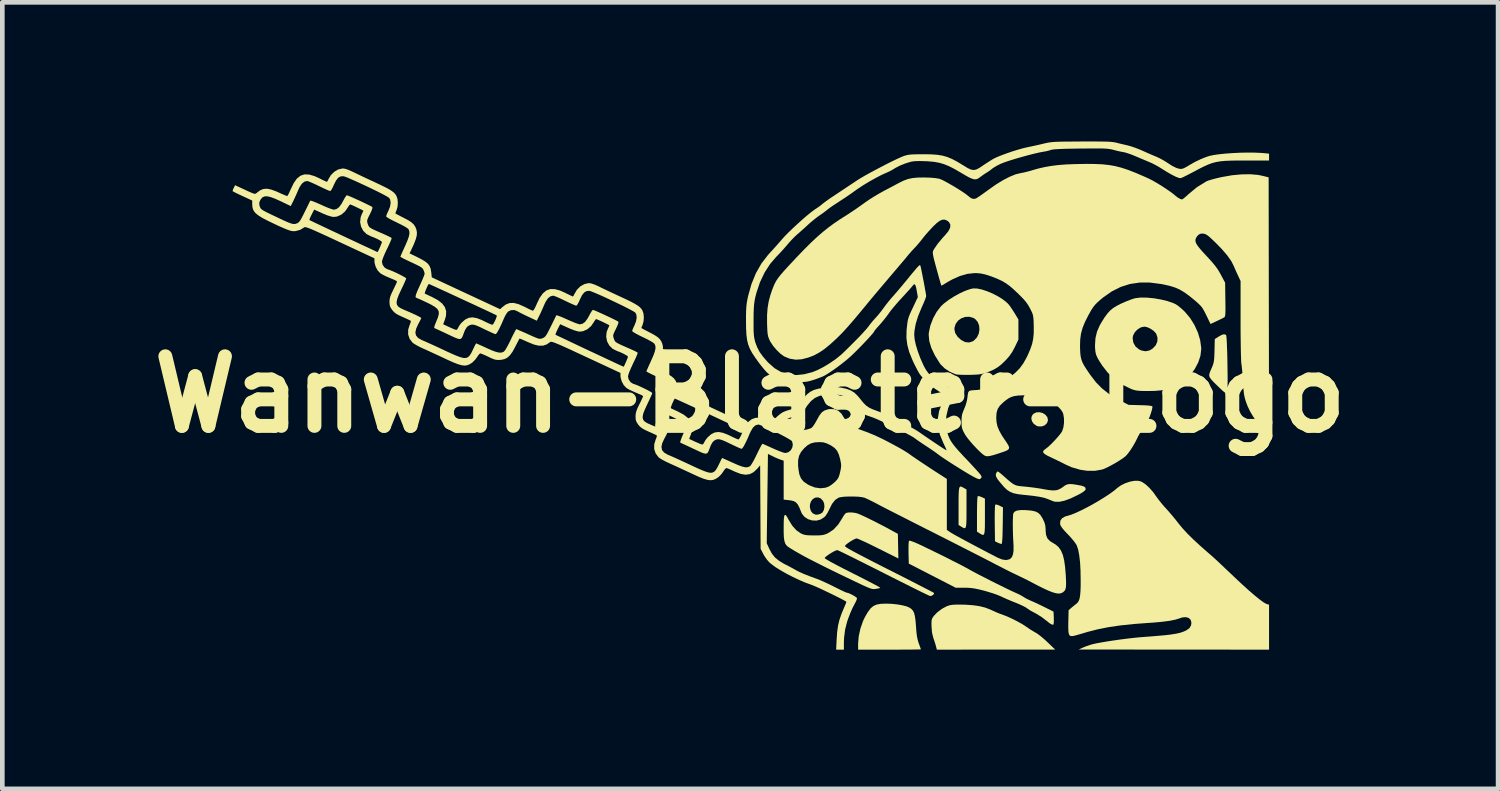
<source format=kicad_pcb>
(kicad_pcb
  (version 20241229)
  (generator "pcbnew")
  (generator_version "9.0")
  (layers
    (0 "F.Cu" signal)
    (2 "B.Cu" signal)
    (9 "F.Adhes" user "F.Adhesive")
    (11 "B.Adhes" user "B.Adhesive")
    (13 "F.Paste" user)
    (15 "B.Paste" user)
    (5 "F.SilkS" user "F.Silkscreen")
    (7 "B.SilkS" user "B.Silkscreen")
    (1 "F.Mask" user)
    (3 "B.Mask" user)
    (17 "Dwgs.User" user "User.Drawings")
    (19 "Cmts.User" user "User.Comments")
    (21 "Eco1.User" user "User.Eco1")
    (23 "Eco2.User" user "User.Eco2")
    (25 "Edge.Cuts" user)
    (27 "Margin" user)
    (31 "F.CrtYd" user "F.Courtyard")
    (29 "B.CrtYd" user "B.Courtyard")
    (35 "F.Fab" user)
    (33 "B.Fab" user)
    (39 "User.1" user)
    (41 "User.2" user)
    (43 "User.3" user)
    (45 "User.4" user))
  (footprint "Wanwan-Blaster-Logo"
    (layer "F.Cu")
    (at 13.121 5.452)
    (property "Reference" "Wanwan-Blaster-Logo" (at 0 0 0) (layer "F.SilkS") (effects (font (size 1.5 1.5) (thickness 0.3))))
    (attr board_only exclude_from_pos_files exclude_from_bom)
    (fp_poly (pts (xy 6.307 0.402) (xy 6.365 0.439) (xy 6.405 0.49) (xy 6.419 0.551) (xy 6.419 0.56) (xy 6.397 0.621) (xy 6.349 0.666) (xy 6.286 0.69) (xy 6.215 0.69) (xy 6.176 0.678) (xy 6.114 0.636) (xy 6.075 0.58) (xy 6.06 0.518) (xy 6.073 0.459) (xy 6.109 0.416) (xy 6.17 0.387) (xy 6.239 0.384)) (stroke (width 0) (type solid)) (fill yes) (layer "F.SilkS"))
    (fp_poly (pts (xy 5.355 2.389) (xy 5.374 2.398) (xy 5.449 2.436) (xy 5.444 2.827) (xy 5.441 2.96) (xy 5.438 3.07) (xy 5.433 3.152) (xy 5.427 3.204) (xy 5.421 3.223) (xy 5.394 3.219) (xy 5.351 3.203) (xy 5.34 3.198) (xy 5.277 3.166) (xy 5.272 2.779) (xy 5.271 2.664) (xy 5.272 2.561) (xy 5.274 2.476) (xy 5.277 2.414) (xy 5.281 2.38) (xy 5.283 2.377) (xy 5.309 2.374)) (stroke (width 0) (type solid)) (fill yes) (layer "F.SilkS"))
    (fp_poly (pts (xy 4.553 1.989) (xy 4.582 2.003) (xy 4.604 2.015) (xy 4.663 2.05) (xy 4.663 2.463) (xy 4.663 2.603) (xy 4.662 2.71) (xy 4.659 2.788) (xy 4.653 2.841) (xy 4.642 2.872) (xy 4.627 2.884) (xy 4.606 2.881) (xy 4.577 2.867) (xy 4.551 2.851) (xy 4.492 2.815) (xy 4.492 2.408) (xy 4.492 2.268) (xy 4.494 2.161) (xy 4.497 2.082) (xy 4.504 2.03) (xy 4.515 1.999) (xy 4.531 1.986)) (stroke (width 0) (type solid)) (fill yes) (layer "F.SilkS"))
    (fp_poly (pts (xy 4.932 2.193) (xy 4.975 2.207) (xy 4.992 2.214) (xy 5.06 2.246) (xy 5.06 2.634) (xy 5.06 2.769) (xy 5.059 2.872) (xy 5.055 2.945) (xy 5.048 2.994) (xy 5.037 3.02) (xy 5.02 3.029) (xy 4.996 3.023) (xy 4.964 3.005) (xy 4.947 2.995) (xy 4.889 2.959) (xy 4.889 2.581) (xy 4.89 2.459) (xy 4.892 2.354) (xy 4.895 2.272) (xy 4.9 2.217) (xy 4.905 2.193) (xy 4.906 2.192)) (stroke (width 0) (type solid)) (fill yes) (layer "F.SilkS"))
    (fp_poly (pts (xy 3.051 4.514) (xy 3.172 4.527) (xy 3.282 4.546) (xy 3.374 4.57) (xy 3.433 4.596) (xy 3.477 4.626) (xy 3.51 4.664) (xy 3.534 4.713) (xy 3.551 4.782) (xy 3.564 4.874) (xy 3.574 4.997) (xy 3.583 5.117) (xy 3.594 5.209) (xy 3.609 5.284) (xy 3.628 5.349) (xy 3.635 5.369) (xy 3.657 5.429) (xy 3.673 5.474) (xy 3.68 5.495) (xy 3.68 5.495) (xy 3.663 5.497) (xy 3.613 5.498) (xy 3.536 5.499) (xy 3.434 5.501) (xy 3.311 5.501) (xy 3.173 5.502) (xy 3.022 5.502) (xy 3.004 5.502) (xy 2.327 5.502) (xy 2.327 5.371) (xy 2.34 5.212) (xy 2.377 5.045) (xy 2.433 4.884) (xy 2.474 4.799) (xy 2.536 4.692) (xy 2.594 4.614) (xy 2.655 4.562) (xy 2.726 4.53) (xy 2.815 4.514) (xy 2.928 4.51)) (stroke (width 0) (type solid)) (fill yes) (layer "F.SilkS"))
    (fp_poly (pts (xy 10.251 -1.286) (xy 10.26 -1.276) (xy 10.265 -1.253) (xy 10.27 -1.196) (xy 10.275 -1.111) (xy 10.279 -1) (xy 10.284 -0.867) (xy 10.287 -0.715) (xy 10.288 -0.665) (xy 10.29 -0.498) (xy 10.292 -0.363) (xy 10.292 -0.257) (xy 10.29 -0.176) (xy 10.287 -0.118) (xy 10.281 -0.078) (xy 10.272 -0.054) (xy 10.261 -0.041) (xy 10.247 -0.036) (xy 10.24 -0.036) (xy 10.221 -0.048) (xy 10.182 -0.081) (xy 10.129 -0.131) (xy 10.066 -0.192) (xy 10.051 -0.206) (xy 9.98 -0.277) (xy 9.932 -0.33) (xy 9.904 -0.372) (xy 9.894 -0.411) (xy 9.901 -0.454) (xy 9.922 -0.51) (xy 9.952 -0.577) (xy 9.973 -0.628) (xy 9.987 -0.674) (xy 9.997 -0.724) (xy 10.003 -0.786) (xy 10.007 -0.87) (xy 10.009 -0.944) (xy 10.015 -1.193) (xy 10.098 -1.246) (xy 10.167 -1.284) (xy 10.216 -1.297)) (stroke (width 0) (type solid)) (fill yes) (layer "F.SilkS"))
    (fp_poly (pts (xy 4.606 4.532) (xy 4.643 4.533) (xy 4.808 4.545) (xy 4.946 4.565) (xy 5.068 4.596) (xy 5.182 4.64) (xy 5.233 4.664) (xy 5.297 4.693) (xy 5.375 4.725) (xy 5.429 4.744) (xy 5.528 4.782) (xy 5.641 4.833) (xy 5.756 4.891) (xy 5.862 4.95) (xy 5.947 5.005) (xy 5.961 5.014) (xy 6.031 5.063) (xy 6.11 5.111) (xy 6.151 5.134) (xy 6.204 5.168) (xy 6.272 5.22) (xy 6.347 5.284) (xy 6.412 5.344) (xy 6.575 5.501) (xy 5.3 5.501) (xy 4.024 5.502) (xy 4.004 5.425) (xy 3.986 5.363) (xy 3.962 5.289) (xy 3.948 5.25) (xy 3.919 5.13) (xy 3.909 4.997) (xy 3.908 4.921) (xy 3.911 4.87) (xy 3.921 4.834) (xy 3.94 4.801) (xy 3.965 4.768) (xy 4.039 4.692) (xy 4.134 4.622) (xy 4.233 4.568) (xy 4.302 4.544) (xy 4.371 4.534) (xy 4.472 4.53)) (stroke (width 0) (type solid)) (fill yes) (layer "F.SilkS"))
    (fp_poly (pts (xy 5.355 1.671) (xy 5.394 1.701) (xy 5.445 1.744) (xy 5.47 1.766) (xy 5.553 1.84) (xy 5.617 1.893) (xy 5.668 1.93) (xy 5.714 1.954) (xy 5.763 1.969) (xy 5.822 1.978) (xy 5.897 1.985) (xy 5.921 1.987) (xy 6.032 1.999) (xy 6.156 2.015) (xy 6.273 2.033) (xy 6.319 2.042) (xy 6.437 2.062) (xy 6.528 2.07) (xy 6.6 2.065) (xy 6.66 2.046) (xy 6.718 2.013) (xy 6.742 1.995) (xy 6.79 1.96) (xy 6.835 1.94) (xy 6.885 1.932) (xy 6.95 1.935) (xy 7.039 1.948) (xy 7.052 1.951) (xy 7.138 1.967) (xy 7.193 1.985) (xy 7.222 2.005) (xy 7.231 2.031) (xy 7.231 2.044) (xy 7.218 2.069) (xy 7.183 2.098) (xy 7.123 2.136) (xy 7.063 2.168) (xy 6.906 2.243) (xy 6.772 2.292) (xy 6.661 2.315) (xy 6.57 2.313) (xy 6.53 2.302) (xy 6.467 2.277) (xy 6.404 2.251) (xy 6.404 2.251) (xy 6.332 2.227) (xy 6.23 2.206) (xy 6.096 2.186) (xy 5.928 2.168) (xy 5.901 2.166) (xy 5.776 2.151) (xy 5.679 2.131) (xy 5.602 2.1) (xy 5.536 2.057) (xy 5.473 1.997) (xy 5.457 1.978) (xy 5.384 1.893) (xy 5.334 1.829) (xy 5.305 1.78) (xy 5.294 1.742) (xy 5.298 1.711) (xy 5.301 1.704) (xy 5.32 1.671) (xy 5.336 1.66)) (stroke (width 0) (type solid)) (fill yes) (layer "F.SilkS"))
    (fp_poly (pts (xy 4.89 -2.283) (xy 4.992 -2.262) (xy 5.107 -2.224) (xy 5.226 -2.174) (xy 5.342 -2.114) (xy 5.447 -2.048) (xy 5.533 -1.979) (xy 5.568 -1.944) (xy 5.602 -1.9) (xy 5.645 -1.837) (xy 5.69 -1.767) (xy 5.701 -1.75) (xy 5.782 -1.615) (xy 5.782 -1.398) (xy 5.782 -1.182) (xy 5.704 -1.019) (xy 5.649 -0.916) (xy 5.589 -0.829) (xy 5.514 -0.743) (xy 5.496 -0.725) (xy 5.413 -0.645) (xy 5.335 -0.585) (xy 5.252 -0.536) (xy 5.15 -0.491) (xy 5.087 -0.468) (xy 5.03 -0.45) (xy 4.971 -0.437) (xy 4.904 -0.429) (xy 4.817 -0.424) (xy 4.726 -0.421) (xy 4.631 -0.421) (xy 4.545 -0.423) (xy 4.476 -0.427) (xy 4.433 -0.433) (xy 4.429 -0.434) (xy 4.305 -0.487) (xy 4.194 -0.56) (xy 4.107 -0.645) (xy 4.09 -0.667) (xy 3.982 -0.84) (xy 3.905 -1.002) (xy 3.86 -1.151) (xy 3.848 -1.287) (xy 3.852 -1.337) (xy 3.867 -1.407) (xy 4.402 -1.407) (xy 4.419 -1.324) (xy 4.471 -1.243) (xy 4.548 -1.173) (xy 4.634 -1.128) (xy 4.718 -1.119) (xy 4.797 -1.144) (xy 4.826 -1.163) (xy 4.888 -1.229) (xy 4.927 -1.31) (xy 4.942 -1.398) (xy 4.935 -1.484) (xy 4.904 -1.563) (xy 4.851 -1.624) (xy 4.817 -1.646) (xy 4.727 -1.673) (xy 4.637 -1.671) (xy 4.553 -1.642) (xy 4.482 -1.591) (xy 4.43 -1.521) (xy 4.404 -1.437) (xy 4.402 -1.407) (xy 3.867 -1.407) (xy 3.886 -1.491) (xy 3.944 -1.641) (xy 4.02 -1.78) (xy 4.111 -1.898) (xy 4.172 -1.956) (xy 4.278 -2.037) (xy 4.396 -2.112) (xy 4.519 -2.18) (xy 4.638 -2.234) (xy 4.744 -2.271) (xy 4.807 -2.285)) (stroke (width 0) (type solid)) (fill yes) (layer "F.SilkS"))
    (fp_poly (pts (xy 3.445 3.154) (xy 3.492 3.169) (xy 3.557 3.194) (xy 3.618 3.221) (xy 3.718 3.268) (xy 3.834 3.324) (xy 3.96 3.385) (xy 4.093 3.45) (xy 4.226 3.516) (xy 4.353 3.581) (xy 4.471 3.64) (xy 4.573 3.693) (xy 4.654 3.736) (xy 4.709 3.766) (xy 4.717 3.771) (xy 4.769 3.8) (xy 4.846 3.841) (xy 4.942 3.892) (xy 5.053 3.948) (xy 5.171 4.009) (xy 5.292 4.07) (xy 5.41 4.128) (xy 5.518 4.181) (xy 5.611 4.226) (xy 5.683 4.259) (xy 5.725 4.278) (xy 5.795 4.31) (xy 5.866 4.349) (xy 5.888 4.363) (xy 5.953 4.402) (xy 6.024 4.436) (xy 6.043 4.444) (xy 6.091 4.465) (xy 6.162 4.497) (xy 6.246 4.537) (xy 6.332 4.579) (xy 6.539 4.682) (xy 6.545 4.815) (xy 6.546 4.882) (xy 6.543 4.933) (xy 6.537 4.961) (xy 6.536 4.962) (xy 6.512 4.963) (xy 6.476 4.947) (xy 6.432 4.915) (xy 6.382 4.875) (xy 6.377 4.871) (xy 6.287 4.802) (xy 6.175 4.732) (xy 6.097 4.69) (xy 6.037 4.657) (xy 5.983 4.621) (xy 5.967 4.608) (xy 5.93 4.585) (xy 5.869 4.554) (xy 5.792 4.519) (xy 5.724 4.491) (xy 5.631 4.454) (xy 5.537 4.414) (xy 5.454 4.377) (xy 5.412 4.357) (xy 5.349 4.33) (xy 5.263 4.298) (xy 5.162 4.266) (xy 5.06 4.236) (xy 5.047 4.232) (xy 4.934 4.204) (xy 4.844 4.185) (xy 4.766 4.174) (xy 4.687 4.168) (xy 4.614 4.167) (xy 4.429 4.167) (xy 3.924 3.907) (xy 3.419 3.647) (xy 3.413 3.408) (xy 3.413 3.318) (xy 3.414 3.241) (xy 3.418 3.185) (xy 3.423 3.155) (xy 3.424 3.154)) (stroke (width 0) (type solid)) (fill yes) (layer "F.SilkS"))
    (fp_poly (pts (xy 8.556 -2.086) (xy 8.703 -2.072) (xy 8.853 -2.046) (xy 8.995 -2.012) (xy 9.118 -1.969) (xy 9.169 -1.946) (xy 9.216 -1.916) (xy 9.277 -1.867) (xy 9.342 -1.808) (xy 9.372 -1.779) (xy 9.483 -1.647) (xy 9.577 -1.496) (xy 9.651 -1.334) (xy 9.7 -1.169) (xy 9.722 -1.01) (xy 9.723 -0.975) (xy 9.706 -0.833) (xy 9.658 -0.688) (xy 9.583 -0.547) (xy 9.485 -0.416) (xy 9.369 -0.303) (xy 9.238 -0.213) (xy 9.232 -0.21) (xy 9.117 -0.154) (xy 9 -0.115) (xy 8.872 -0.089) (xy 8.725 -0.076) (xy 8.58 -0.073) (xy 8.473 -0.074) (xy 8.394 -0.077) (xy 8.334 -0.083) (xy 8.285 -0.093) (xy 8.237 -0.108) (xy 8.215 -0.116) (xy 8.031 -0.206) (xy 7.859 -0.326) (xy 7.706 -0.471) (xy 7.591 -0.619) (xy 7.529 -0.714) (xy 7.485 -0.79) (xy 7.457 -0.855) (xy 7.442 -0.919) (xy 7.435 -0.992) (xy 7.433 -1.056) (xy 7.443 -1.214) (xy 7.443 -1.214) (xy 8.244 -1.214) (xy 8.26 -1.114) (xy 8.307 -1.032) (xy 8.383 -0.97) (xy 8.437 -0.946) (xy 8.525 -0.93) (xy 8.609 -0.948) (xy 8.675 -0.988) (xy 8.74 -1.056) (xy 8.776 -1.136) (xy 8.781 -1.221) (xy 8.754 -1.303) (xy 8.745 -1.319) (xy 8.697 -1.37) (xy 8.63 -1.416) (xy 8.559 -1.449) (xy 8.497 -1.461) (xy 8.422 -1.445) (xy 8.351 -1.402) (xy 8.292 -1.341) (xy 8.254 -1.27) (xy 8.244 -1.214) (xy 7.443 -1.214) (xy 7.477 -1.355) (xy 7.538 -1.494) (xy 7.571 -1.55) (xy 7.639 -1.66) (xy 7.7 -1.743) (xy 7.759 -1.808) (xy 7.824 -1.862) (xy 7.903 -1.91) (xy 8 -1.959) (xy 8.09 -1.999) (xy 8.18 -2.035) (xy 8.258 -2.062) (xy 8.307 -2.075) (xy 8.42 -2.088)) (stroke (width 0) (type solid)) (fill yes) (layer "F.SilkS"))
    (fp_poly (pts (xy 8.408 1.871) (xy 8.453 1.891) (xy 8.525 1.94) (xy 8.606 2.015) (xy 8.687 2.107) (xy 8.758 2.207) (xy 8.802 2.267) (xy 8.861 2.341) (xy 8.925 2.417) (xy 8.956 2.45) (xy 9.02 2.522) (xy 9.096 2.61) (xy 9.173 2.704) (xy 9.234 2.782) (xy 9.318 2.884) (xy 9.42 2.995) (xy 9.544 3.118) (xy 9.691 3.254) (xy 9.865 3.408) (xy 9.937 3.47) (xy 9.989 3.516) (xy 10.058 3.579) (xy 10.136 3.652) (xy 10.215 3.727) (xy 10.229 3.741) (xy 10.428 3.929) (xy 10.602 4.092) (xy 10.752 4.228) (xy 10.88 4.338) (xy 10.984 4.422) (xy 11.065 4.481) (xy 11.124 4.515) (xy 11.144 4.522) (xy 11.185 4.532) (xy 11.185 5.017) (xy 11.185 5.502) (xy 9.133 5.501) (xy 7.081 5.499) (xy 7.175 5.456) (xy 7.248 5.427) (xy 7.332 5.398) (xy 7.378 5.385) (xy 7.458 5.367) (xy 7.567 5.347) (xy 7.696 5.325) (xy 7.84 5.303) (xy 7.989 5.282) (xy 8.137 5.263) (xy 8.276 5.247) (xy 8.398 5.235) (xy 8.439 5.232) (xy 8.637 5.217) (xy 8.802 5.203) (xy 8.939 5.191) (xy 9.052 5.178) (xy 9.144 5.164) (xy 9.219 5.15) (xy 9.282 5.134) (xy 9.336 5.115) (xy 9.384 5.094) (xy 9.402 5.086) (xy 9.469 5.038) (xy 9.504 4.977) (xy 9.511 4.917) (xy 9.494 4.857) (xy 9.452 4.818) (xy 9.389 4.801) (xy 9.313 4.808) (xy 9.262 4.825) (xy 9.17 4.854) (xy 9.043 4.88) (xy 8.882 4.901) (xy 8.689 4.919) (xy 8.592 4.925) (xy 8.273 4.949) (xy 7.985 4.979) (xy 7.725 5.017) (xy 7.49 5.064) (xy 7.274 5.119) (xy 7.218 5.136) (xy 7.131 5.162) (xy 7.051 5.185) (xy 6.988 5.202) (xy 6.951 5.209) (xy 6.915 5.21) (xy 6.889 5.199) (xy 6.872 5.171) (xy 6.861 5.122) (xy 6.857 5.047) (xy 6.857 4.943) (xy 6.858 4.895) (xy 6.864 4.651) (xy 6.92 4.603) (xy 6.97 4.561) (xy 7.02 4.522) (xy 7.024 4.519) (xy 7.057 4.49) (xy 7.082 4.452) (xy 7.1 4.402) (xy 7.112 4.335) (xy 7.12 4.245) (xy 7.124 4.127) (xy 7.124 4.014) (xy 7.121 3.803) (xy 7.111 3.62) (xy 7.093 3.467) (xy 7.07 3.345) (xy 7.04 3.256) (xy 7.035 3.246) (xy 7.006 3.201) (xy 6.958 3.139) (xy 6.898 3.069) (xy 6.843 3.011) (xy 6.77 2.934) (xy 6.722 2.875) (xy 6.693 2.83) (xy 6.681 2.794) (xy 6.685 2.725) (xy 6.722 2.67) (xy 6.79 2.631) (xy 6.842 2.617) (xy 6.92 2.593) (xy 7.022 2.552) (xy 7.14 2.497) (xy 7.27 2.431) (xy 7.404 2.357) (xy 7.536 2.28) (xy 7.661 2.202) (xy 7.772 2.128) (xy 7.863 2.06) (xy 7.91 2.019) (xy 7.986 1.964) (xy 8.084 1.915) (xy 8.189 1.88) (xy 8.278 1.863) (xy 8.351 1.861)) (stroke (width 0) (type solid)) (fill yes) (layer "F.SilkS"))
    (fp_poly (pts (xy 2.194 2.545) (xy 2.27 2.555) (xy 2.32 2.569) (xy 2.371 2.59) (xy 2.448 2.625) (xy 2.544 2.671) (xy 2.652 2.724) (xy 2.767 2.783) (xy 2.882 2.842) (xy 2.991 2.9) (xy 3.004 2.908) (xy 3.184 3.006) (xy 3.189 3.271) (xy 3.194 3.536) (xy 2.761 3.32) (xy 2.644 3.262) (xy 2.538 3.21) (xy 2.445 3.167) (xy 2.37 3.133) (xy 2.319 3.111) (xy 2.296 3.104) (xy 2.261 3.114) (xy 2.21 3.14) (xy 2.153 3.174) (xy 2.1 3.211) (xy 2.059 3.245) (xy 2.042 3.268) (xy 2.049 3.278) (xy 2.072 3.296) (xy 2.114 3.323) (xy 2.177 3.359) (xy 2.262 3.405) (xy 2.372 3.463) (xy 2.507 3.533) (xy 2.67 3.617) (xy 2.862 3.715) (xy 2.989 3.779) (xy 3.162 3.867) (xy 3.325 3.949) (xy 3.475 4.026) (xy 3.611 4.096) (xy 3.728 4.156) (xy 3.825 4.206) (xy 3.898 4.244) (xy 3.944 4.269) (xy 3.96 4.278) (xy 3.962 4.3) (xy 3.94 4.324) (xy 3.907 4.342) (xy 3.88 4.346) (xy 3.859 4.338) (xy 3.809 4.315) (xy 3.732 4.278) (xy 3.633 4.229) (xy 3.512 4.169) (xy 3.374 4.1) (xy 3.22 4.023) (xy 3.055 3.94) (xy 2.88 3.852) (xy 2.877 3.85) (xy 2.703 3.762) (xy 2.537 3.679) (xy 2.384 3.602) (xy 2.246 3.533) (xy 2.125 3.473) (xy 2.025 3.424) (xy 1.948 3.387) (xy 1.898 3.364) (xy 1.877 3.356) (xy 1.877 3.356) (xy 1.846 3.365) (xy 1.797 3.388) (xy 1.741 3.421) (xy 1.684 3.458) (xy 1.638 3.492) (xy 1.61 3.518) (xy 1.606 3.527) (xy 1.621 3.542) (xy 1.668 3.571) (xy 1.743 3.614) (xy 1.844 3.668) (xy 1.97 3.734) (xy 2.118 3.809) (xy 2.208 3.855) (xy 2.344 3.923) (xy 2.469 3.987) (xy 2.579 4.044) (xy 2.671 4.092) (xy 2.742 4.13) (xy 2.787 4.156) (xy 2.804 4.168) (xy 2.804 4.169) (xy 2.784 4.178) (xy 2.739 4.187) (xy 2.707 4.192) (xy 2.679 4.196) (xy 2.652 4.196) (xy 2.622 4.191) (xy 2.585 4.18) (xy 2.537 4.161) (xy 2.472 4.133) (xy 2.386 4.093) (xy 2.276 4.041) (xy 2.179 3.994) (xy 1.947 3.883) (xy 1.746 3.785) (xy 1.57 3.698) (xy 1.418 3.621) (xy 1.284 3.553) (xy 1.167 3.491) (xy 1.063 3.433) (xy 0.968 3.379) (xy 0.879 3.325) (xy 0.859 3.313) (xy 0.811 3.281) (xy 0.776 3.247) (xy 0.752 3.206) (xy 0.736 3.152) (xy 0.726 3.078) (xy 0.722 2.98) (xy 0.722 2.869) (xy 0.723 2.75) (xy 0.727 2.666) (xy 0.736 2.615) (xy 0.75 2.595) (xy 0.77 2.605) (xy 0.797 2.643) (xy 0.828 2.701) (xy 0.907 2.83) (xy 0.997 2.93) (xy 1.096 2.998) (xy 1.14 3.017) (xy 1.184 3.029) (xy 1.238 3.036) (xy 1.311 3.039) (xy 1.38 3.04) (xy 1.471 3.039) (xy 1.536 3.035) (xy 1.585 3.027) (xy 1.629 3.013) (xy 1.678 2.991) (xy 1.682 2.989) (xy 1.797 2.913) (xy 1.899 2.803) (xy 1.981 2.673) (xy 2.015 2.616) (xy 2.046 2.574) (xy 2.067 2.555) (xy 2.121 2.545)) (stroke (width 0) (type solid)) (fill yes) (layer "F.SilkS"))
    (fp_poly (pts (xy 7.441 -4.967) (xy 7.593 -4.96) (xy 7.732 -4.945) (xy 7.865 -4.922) (xy 7.999 -4.888) (xy 8.14 -4.842) (xy 8.295 -4.782) (xy 8.47 -4.707) (xy 8.591 -4.653) (xy 8.67 -4.613) (xy 8.766 -4.558) (xy 8.87 -4.494) (xy 8.973 -4.427) (xy 9.065 -4.363) (xy 9.139 -4.307) (xy 9.164 -4.285) (xy 9.221 -4.241) (xy 9.275 -4.211) (xy 9.309 -4.203) (xy 9.331 -4.215) (xy 9.371 -4.247) (xy 9.423 -4.292) (xy 9.45 -4.318) (xy 9.633 -4.469) (xy 9.834 -4.592) (xy 9.844 -4.597) (xy 9.886 -4.613) (xy 9.956 -4.634) (xy 10.043 -4.657) (xy 10.142 -4.68) (xy 10.18 -4.688) (xy 10.387 -4.724) (xy 10.588 -4.743) (xy 10.776 -4.746) (xy 10.944 -4.732) (xy 11.049 -4.711) (xy 11.176 -4.679) (xy 11.18 -1.924) (xy 11.185 0.831) (xy 11.134 0.805) (xy 11.07 0.758) (xy 10.997 0.685) (xy 10.921 0.592) (xy 10.848 0.487) (xy 10.781 0.375) (xy 10.726 0.263) (xy 10.701 0.199) (xy 10.677 0.129) (xy 10.66 0.069) (xy 10.647 0.008) (xy 10.638 -0.062) (xy 10.631 -0.15) (xy 10.624 -0.265) (xy 10.623 -0.271) (xy 10.616 -0.378) (xy 10.609 -0.48) (xy 10.6 -0.567) (xy 10.593 -0.632) (xy 10.589 -0.655) (xy 10.585 -0.691) (xy 10.582 -0.76) (xy 10.579 -0.857) (xy 10.576 -0.98) (xy 10.574 -1.123) (xy 10.572 -1.285) (xy 10.571 -1.459) (xy 10.571 -1.593) (xy 10.571 -2.444) (xy 10.516 -2.562) (xy 10.482 -2.635) (xy 10.449 -2.709) (xy 10.428 -2.76) (xy 10.372 -2.871) (xy 10.284 -2.996) (xy 10.163 -3.137) (xy 10.033 -3.27) (xy 9.953 -3.346) (xy 9.893 -3.401) (xy 9.846 -3.437) (xy 9.807 -3.457) (xy 9.771 -3.466) (xy 9.731 -3.466) (xy 9.714 -3.465) (xy 9.67 -3.446) (xy 9.629 -3.404) (xy 9.602 -3.352) (xy 9.597 -3.323) (xy 9.601 -3.29) (xy 9.614 -3.255) (xy 9.64 -3.212) (xy 9.681 -3.158) (xy 9.74 -3.089) (xy 9.821 -3.001) (xy 9.862 -2.957) (xy 9.952 -2.858) (xy 10.021 -2.775) (xy 10.077 -2.698) (xy 10.125 -2.619) (xy 10.147 -2.578) (xy 10.238 -2.408) (xy 10.243 -2.046) (xy 10.245 -1.917) (xy 10.245 -1.819) (xy 10.243 -1.749) (xy 10.239 -1.703) (xy 10.232 -1.676) (xy 10.225 -1.666) (xy 10.199 -1.65) (xy 10.148 -1.624) (xy 10.084 -1.593) (xy 10.062 -1.583) (xy 9.923 -1.518) (xy 9.833 -1.705) (xy 9.791 -1.789) (xy 9.756 -1.85) (xy 9.72 -1.9) (xy 9.674 -1.947) (xy 9.612 -2.003) (xy 9.587 -2.024) (xy 9.466 -2.123) (xy 9.36 -2.2) (xy 9.261 -2.259) (xy 9.159 -2.304) (xy 9.047 -2.339) (xy 8.915 -2.369) (xy 8.857 -2.38) (xy 8.617 -2.411) (xy 8.394 -2.411) (xy 8.185 -2.38) (xy 7.987 -2.317) (xy 7.796 -2.221) (xy 7.61 -2.091) (xy 7.547 -2.039) (xy 7.484 -1.983) (xy 7.436 -1.934) (xy 7.394 -1.881) (xy 7.352 -1.817) (xy 7.304 -1.731) (xy 7.292 -1.71) (xy 7.218 -1.564) (xy 7.165 -1.434) (xy 7.131 -1.31) (xy 7.114 -1.182) (xy 7.11 -1.04) (xy 7.111 -0.995) (xy 7.115 -0.901) (xy 7.123 -0.824) (xy 7.138 -0.757) (xy 7.161 -0.693) (xy 7.197 -0.624) (xy 7.249 -0.542) (xy 7.318 -0.44) (xy 7.334 -0.417) (xy 7.456 -0.259) (xy 7.589 -0.125) (xy 7.739 -0.007) (xy 7.915 0.1) (xy 7.97 0.129) (xy 8.157 0.225) (xy 8.409 0.232) (xy 8.518 0.235) (xy 8.595 0.241) (xy 8.644 0.248) (xy 8.667 0.257) (xy 8.671 0.261) (xy 8.669 0.29) (xy 8.657 0.343) (xy 8.636 0.411) (xy 8.61 0.484) (xy 8.582 0.555) (xy 8.556 0.613) (xy 8.546 0.631) (xy 8.512 0.684) (xy 8.468 0.745) (xy 8.448 0.771) (xy 8.403 0.834) (xy 8.362 0.905) (xy 8.35 0.931) (xy 8.307 1.018) (xy 8.255 1.109) (xy 8.2 1.197) (xy 8.146 1.271) (xy 8.1 1.324) (xy 8.093 1.331) (xy 8.035 1.376) (xy 7.956 1.428) (xy 7.866 1.483) (xy 7.773 1.534) (xy 7.687 1.578) (xy 7.616 1.609) (xy 7.588 1.619) (xy 7.431 1.647) (xy 7.269 1.647) (xy 7.115 1.624) (xy 6.929 1.57) (xy 6.8 1.512) (xy 6.71 1.466) (xy 6.607 1.416) (xy 6.507 1.368) (xy 6.481 1.356) (xy 6.393 1.313) (xy 6.339 1.277) (xy 6.314 1.247) (xy 6.319 1.217) (xy 6.35 1.187) (xy 6.363 1.178) (xy 6.416 1.137) (xy 6.48 1.078) (xy 6.549 1.008) (xy 6.616 0.935) (xy 6.674 0.867) (xy 6.715 0.811) (xy 6.726 0.791) (xy 6.752 0.711) (xy 6.765 0.614) (xy 6.764 0.515) (xy 6.75 0.426) (xy 6.735 0.385) (xy 6.701 0.333) (xy 6.644 0.27) (xy 6.573 0.203) (xy 6.497 0.14) (xy 6.424 0.088) (xy 6.377 0.061) (xy 6.34 0.045) (xy 6.305 0.034) (xy 6.264 0.026) (xy 6.21 0.021) (xy 6.136 0.019) (xy 6.036 0.019) (xy 5.998 0.019) (xy 5.87 0.02) (xy 5.771 0.025) (xy 5.693 0.036) (xy 5.629 0.055) (xy 5.571 0.084) (xy 5.512 0.125) (xy 5.456 0.171) (xy 5.381 0.244) (xy 5.335 0.315) (xy 5.311 0.396) (xy 5.304 0.498) (xy 5.304 0.499) (xy 5.31 0.596) (xy 5.33 0.687) (xy 5.367 0.778) (xy 5.423 0.88) (xy 5.483 0.971) (xy 5.536 1.049) (xy 5.57 1.107) (xy 5.583 1.149) (xy 5.572 1.181) (xy 5.535 1.208) (xy 5.469 1.235) (xy 5.372 1.267) (xy 5.337 1.279) (xy 5.24 1.309) (xy 5.17 1.326) (xy 5.12 1.333) (xy 5.083 1.33) (xy 5.053 1.318) (xy 5.008 1.286) (xy 4.947 1.231) (xy 4.878 1.162) (xy 4.805 1.084) (xy 4.736 1.005) (xy 4.677 0.931) (xy 4.634 0.869) (xy 4.627 0.857) (xy 4.591 0.789) (xy 4.57 0.737) (xy 4.559 0.684) (xy 4.556 0.617) (xy 4.556 0.586) (xy 4.558 0.503) (xy 4.566 0.44) (xy 4.586 0.378) (xy 4.612 0.315) (xy 4.645 0.232) (xy 4.67 0.144) (xy 4.681 0.081) (xy 4.69 0.005) (xy 4.7 -0.044) (xy 4.719 -0.072) (xy 4.754 -0.085) (xy 4.812 -0.091) (xy 4.876 -0.094) (xy 5.068 -0.121) (xy 5.262 -0.183) (xy 5.453 -0.277) (xy 5.607 -0.379) (xy 5.72 -0.471) (xy 5.81 -0.563) (xy 5.886 -0.667) (xy 5.957 -0.793) (xy 5.983 -0.847) (xy 6.038 -0.974) (xy 6.077 -1.086) (xy 6.1 -1.195) (xy 6.112 -1.312) (xy 6.113 -1.45) (xy 6.112 -1.481) (xy 6.11 -1.576) (xy 6.105 -1.644) (xy 6.098 -1.696) (xy 6.086 -1.74) (xy 6.066 -1.787) (xy 6.036 -1.846) (xy 6.035 -1.85) (xy 5.995 -1.921) (xy 5.951 -1.985) (xy 5.895 -2.052) (xy 5.82 -2.129) (xy 5.788 -2.161) (xy 5.683 -2.26) (xy 5.594 -2.337) (xy 5.511 -2.397) (xy 5.428 -2.446) (xy 5.336 -2.489) (xy 5.304 -2.503) (xy 5.175 -2.552) (xy 5.068 -2.586) (xy 4.973 -2.606) (xy 4.88 -2.615) (xy 4.836 -2.615) (xy 4.685 -2.599) (xy 4.523 -2.553) (xy 4.355 -2.478) (xy 4.265 -2.428) (xy 4.204 -2.391) (xy 4.156 -2.362) (xy 4.128 -2.347) (xy 4.124 -2.345) (xy 4.12 -2.35) (xy 4.113 -2.368) (xy 4.102 -2.404) (xy 4.086 -2.461) (xy 4.062 -2.545) (xy 4.035 -2.643) (xy 3.999 -2.774) (xy 3.972 -2.875) (xy 3.953 -2.951) (xy 3.942 -3.006) (xy 3.937 -3.046) (xy 3.938 -3.075) (xy 3.945 -3.098) (xy 3.956 -3.12) (xy 3.959 -3.125) (xy 4.042 -3.248) (xy 4.156 -3.383) (xy 4.198 -3.428) (xy 4.271 -3.516) (xy 4.31 -3.592) (xy 4.315 -3.658) (xy 4.287 -3.713) (xy 4.249 -3.744) (xy 4.198 -3.767) (xy 4.146 -3.767) (xy 4.087 -3.743) (xy 4.019 -3.692) (xy 3.936 -3.612) (xy 3.927 -3.602) (xy 3.86 -3.53) (xy 3.794 -3.456) (xy 3.738 -3.389) (xy 3.712 -3.355) (xy 3.66 -3.289) (xy 3.597 -3.215) (xy 3.544 -3.157) (xy 3.486 -3.096) (xy 3.43 -3.032) (xy 3.388 -2.982) (xy 3.36 -2.947) (xy 3.312 -2.89) (xy 3.248 -2.815) (xy 3.174 -2.727) (xy 3.092 -2.631) (xy 3.038 -2.567) (xy 2.945 -2.457) (xy 2.847 -2.342) (xy 2.751 -2.228) (xy 2.663 -2.124) (xy 2.59 -2.036) (xy 2.569 -2.011) (xy 2.438 -1.852) (xy 2.326 -1.717) (xy 2.231 -1.604) (xy 2.149 -1.509) (xy 2.077 -1.428) (xy 2.013 -1.358) (xy 1.953 -1.295) (xy 1.893 -1.236) (xy 1.863 -1.206) (xy 1.724 -1.079) (xy 1.599 -0.977) (xy 1.483 -0.899) (xy 1.369 -0.838) (xy 1.252 -0.794) (xy 1.124 -0.761) (xy 1.114 -0.758) (xy 0.984 -0.749) (xy 0.852 -0.77) (xy 0.731 -0.82) (xy 0.73 -0.821) (xy 0.652 -0.878) (xy 0.57 -0.957) (xy 0.494 -1.047) (xy 0.435 -1.137) (xy 0.419 -1.168) (xy 0.4 -1.212) (xy 0.386 -1.254) (xy 0.377 -1.301) (xy 0.371 -1.362) (xy 0.367 -1.444) (xy 0.364 -1.534) (xy 0.364 -1.708) (xy 0.375 -1.86) (xy 0.398 -2) (xy 0.436 -2.142) (xy 0.471 -2.246) (xy 0.501 -2.324) (xy 0.53 -2.39) (xy 0.563 -2.451) (xy 0.605 -2.513) (xy 0.659 -2.581) (xy 0.729 -2.662) (xy 0.82 -2.762) (xy 0.833 -2.776) (xy 1.008 -2.963) (xy 1.165 -3.126) (xy 1.307 -3.268) (xy 1.439 -3.391) (xy 1.564 -3.5) (xy 1.685 -3.597) (xy 1.807 -3.687) (xy 1.934 -3.773) (xy 1.984 -3.805) (xy 2.092 -3.873) (xy 2.183 -3.933) (xy 2.27 -3.991) (xy 2.362 -4.056) (xy 2.47 -4.133) (xy 2.495 -4.151) (xy 2.578 -4.207) (xy 2.68 -4.271) (xy 2.789 -4.335) (xy 2.886 -4.389) (xy 2.978 -4.437) (xy 3.069 -4.485) (xy 3.147 -4.527) (xy 3.205 -4.558) (xy 3.211 -4.561) (xy 3.311 -4.61) (xy 3.406 -4.644) (xy 3.508 -4.665) (xy 3.626 -4.675) (xy 3.759 -4.676) (xy 3.886 -4.672) (xy 3.991 -4.663) (xy 4.07 -4.65) (xy 4.084 -4.646) (xy 4.131 -4.627) (xy 4.201 -4.592) (xy 4.285 -4.545) (xy 4.378 -4.492) (xy 4.472 -4.435) (xy 4.558 -4.38) (xy 4.631 -4.331) (xy 4.682 -4.292) (xy 4.69 -4.285) (xy 4.754 -4.235) (xy 4.807 -4.214) (xy 4.857 -4.22) (xy 4.86 -4.221) (xy 4.889 -4.237) (xy 4.941 -4.271) (xy 5.01 -4.319) (xy 5.09 -4.377) (xy 5.147 -4.418) (xy 5.303 -4.528) (xy 5.454 -4.62) (xy 5.596 -4.693) (xy 5.724 -4.745) (xy 5.833 -4.771) (xy 5.836 -4.772) (xy 5.898 -4.783) (xy 5.978 -4.803) (xy 6.06 -4.825) (xy 6.07 -4.829) (xy 6.211 -4.869) (xy 6.351 -4.901) (xy 6.495 -4.926) (xy 6.65 -4.945) (xy 6.821 -4.958) (xy 7.016 -4.965) (xy 7.239 -4.969) (xy 7.27 -4.969)) (stroke (width 0) (type solid)) (fill yes) (layer "F.SilkS"))
    (fp_poly (pts (xy 7.467 -5.452) (xy 7.583 -5.451) (xy 7.676 -5.449) (xy 7.749 -5.446) (xy 7.805 -5.441) (xy 7.849 -5.435) (xy 7.886 -5.428) (xy 7.892 -5.426) (xy 7.968 -5.407) (xy 8.058 -5.386) (xy 8.136 -5.368) (xy 8.211 -5.347) (xy 8.304 -5.315) (xy 8.401 -5.277) (xy 8.461 -5.251) (xy 8.55 -5.211) (xy 8.639 -5.172) (xy 8.718 -5.139) (xy 8.758 -5.122) (xy 8.83 -5.089) (xy 8.912 -5.044) (xy 8.984 -4.999) (xy 9.096 -4.927) (xy 9.187 -4.882) (xy 9.26 -4.861) (xy 9.309 -4.862) (xy 9.35 -4.877) (xy 9.408 -4.907) (xy 9.471 -4.945) (xy 9.475 -4.947) (xy 9.583 -5.009) (xy 9.708 -5.069) (xy 9.832 -5.119) (xy 9.901 -5.141) (xy 9.99 -5.16) (xy 10.107 -5.177) (xy 10.246 -5.191) (xy 10.399 -5.202) (xy 10.559 -5.21) (xy 10.718 -5.213) (xy 10.869 -5.212) (xy 11.004 -5.206) (xy 11.063 -5.202) (xy 11.185 -5.19) (xy 11.185 -5.116) (xy 11.185 -5.042) (xy 10.675 -5.042) (xy 10.5 -5.042) (xy 10.354 -5.039) (xy 10.233 -5.034) (xy 10.131 -5.024) (xy 10.04 -5.008) (xy 9.956 -4.986) (xy 9.873 -4.955) (xy 9.785 -4.916) (xy 9.685 -4.866) (xy 9.59 -4.815) (xy 9.498 -4.767) (xy 9.415 -4.724) (xy 9.347 -4.69) (xy 9.3 -4.669) (xy 9.283 -4.662) (xy 9.244 -4.666) (xy 9.18 -4.69) (xy 9.095 -4.732) (xy 8.993 -4.79) (xy 8.878 -4.862) (xy 8.87 -4.867) (xy 8.789 -4.916) (xy 8.699 -4.965) (xy 8.618 -5.003) (xy 8.614 -5.004) (xy 8.541 -5.035) (xy 8.449 -5.074) (xy 8.354 -5.114) (xy 8.307 -5.134) (xy 8.223 -5.168) (xy 8.142 -5.197) (xy 8.076 -5.217) (xy 8.045 -5.223) (xy 7.986 -5.234) (xy 7.909 -5.251) (xy 7.832 -5.271) (xy 7.793 -5.281) (xy 7.754 -5.288) (xy 7.711 -5.294) (xy 7.659 -5.298) (xy 7.593 -5.301) (xy 7.509 -5.302) (xy 7.402 -5.302) (xy 7.268 -5.301) (xy 7.12 -5.3) (xy 6.931 -5.297) (xy 6.777 -5.294) (xy 6.656 -5.289) (xy 6.568 -5.284) (xy 6.512 -5.277) (xy 6.489 -5.272) (xy 6.445 -5.258) (xy 6.381 -5.242) (xy 6.318 -5.231) (xy 6.233 -5.215) (xy 6.125 -5.19) (xy 6.002 -5.159) (xy 5.871 -5.123) (xy 5.741 -5.086) (xy 5.619 -5.049) (xy 5.513 -5.014) (xy 5.429 -4.983) (xy 5.394 -4.968) (xy 5.324 -4.933) (xy 5.262 -4.897) (xy 5.219 -4.868) (xy 5.213 -4.863) (xy 5.169 -4.828) (xy 5.112 -4.79) (xy 5.096 -4.78) (xy 5.033 -4.74) (xy 4.97 -4.694) (xy 4.959 -4.686) (xy 4.917 -4.656) (xy 4.878 -4.639) (xy 4.835 -4.636) (xy 4.785 -4.649) (xy 4.72 -4.677) (xy 4.635 -4.724) (xy 4.541 -4.78) (xy 4.403 -4.86) (xy 4.285 -4.92) (xy 4.177 -4.964) (xy 4.072 -4.994) (xy 3.959 -5.014) (xy 3.831 -5.025) (xy 3.788 -5.027) (xy 3.647 -5.031) (xy 3.539 -5.027) (xy 3.47 -5.017) (xy 3.347 -4.98) (xy 3.227 -4.932) (xy 3.127 -4.88) (xy 3.109 -4.868) (xy 3.045 -4.83) (xy 2.971 -4.793) (xy 2.947 -4.783) (xy 2.838 -4.734) (xy 2.71 -4.668) (xy 2.574 -4.592) (xy 2.438 -4.51) (xy 2.314 -4.428) (xy 2.242 -4.377) (xy 2.181 -4.333) (xy 2.099 -4.276) (xy 2.007 -4.215) (xy 1.917 -4.157) (xy 1.915 -4.155) (xy 1.834 -4.102) (xy 1.76 -4.053) (xy 1.701 -4.011) (xy 1.664 -3.983) (xy 1.66 -3.979) (xy 1.622 -3.949) (xy 1.566 -3.907) (xy 1.503 -3.863) (xy 1.497 -3.86) (xy 1.43 -3.811) (xy 1.351 -3.748) (xy 1.272 -3.681) (xy 1.243 -3.654) (xy 1.172 -3.589) (xy 1.097 -3.522) (xy 1.032 -3.464) (xy 1.008 -3.444) (xy 0.952 -3.392) (xy 0.885 -3.323) (xy 0.819 -3.249) (xy 0.794 -3.219) (xy 0.728 -3.143) (xy 0.654 -3.061) (xy 0.585 -2.989) (xy 0.565 -2.969) (xy 0.429 -2.811) (xy 0.31 -2.626) (xy 0.211 -2.418) (xy 0.135 -2.192) (xy 0.108 -2.084) (xy 0.094 -2.011) (xy 0.084 -1.936) (xy 0.078 -1.85) (xy 0.074 -1.745) (xy 0.073 -1.614) (xy 0.073 -1.584) (xy 0.073 -1.461) (xy 0.074 -1.368) (xy 0.078 -1.296) (xy 0.084 -1.24) (xy 0.093 -1.191) (xy 0.105 -1.143) (xy 0.114 -1.113) (xy 0.154 -1.009) (xy 0.205 -0.913) (xy 0.275 -0.816) (xy 0.367 -0.709) (xy 0.396 -0.679) (xy 0.528 -0.563) (xy 0.669 -0.481) (xy 0.821 -0.432) (xy 0.985 -0.416) (xy 1.162 -0.434) (xy 1.344 -0.481) (xy 1.456 -0.527) (xy 1.582 -0.592) (xy 1.714 -0.672) (xy 1.841 -0.759) (xy 1.953 -0.849) (xy 1.999 -0.891) (xy 2.121 -1.01) (xy 2.234 -1.123) (xy 2.336 -1.226) (xy 2.422 -1.317) (xy 2.489 -1.391) (xy 2.535 -1.446) (xy 2.547 -1.461) (xy 2.589 -1.517) (xy 2.644 -1.584) (xy 2.696 -1.642) (xy 2.755 -1.708) (xy 2.82 -1.788) (xy 2.876 -1.864) (xy 2.877 -1.865) (xy 2.931 -1.938) (xy 2.998 -2.022) (xy 3.065 -2.101) (xy 3.08 -2.117) (xy 3.136 -2.181) (xy 3.206 -2.263) (xy 3.282 -2.353) (xy 3.355 -2.442) (xy 3.365 -2.453) (xy 3.454 -2.563) (xy 3.524 -2.647) (xy 3.576 -2.709) (xy 3.613 -2.75) (xy 3.638 -2.775) (xy 3.654 -2.786) (xy 3.663 -2.786) (xy 3.668 -2.778) (xy 3.677 -2.744) (xy 3.69 -2.684) (xy 3.706 -2.604) (xy 3.724 -2.512) (xy 3.743 -2.416) (xy 3.76 -2.322) (xy 3.775 -2.238) (xy 3.787 -2.171) (xy 3.793 -2.128) (xy 3.794 -2.119) (xy 3.786 -2.089) (xy 3.766 -2.034) (xy 3.736 -1.962) (xy 3.699 -1.879) (xy 3.693 -1.866) (xy 3.62 -1.688) (xy 3.568 -1.52) (xy 3.541 -1.368) (xy 3.536 -1.286) (xy 3.545 -1.186) (xy 3.572 -1.064) (xy 3.614 -0.926) (xy 3.668 -0.78) (xy 3.733 -0.634) (xy 3.751 -0.597) (xy 3.802 -0.51) (xy 3.862 -0.433) (xy 3.937 -0.361) (xy 4.034 -0.29) (xy 4.157 -0.214) (xy 4.217 -0.18) (xy 4.302 -0.131) (xy 4.358 -0.091) (xy 4.388 -0.053) (xy 4.393 -0.01) (xy 4.378 0.044) (xy 4.344 0.115) (xy 4.342 0.12) (xy 4.268 0.296) (xy 4.228 0.467) (xy 4.221 0.636) (xy 4.248 0.809) (xy 4.25 0.821) (xy 4.269 0.885) (xy 4.294 0.945) (xy 4.327 1.006) (xy 4.373 1.073) (xy 4.433 1.149) (xy 4.513 1.239) (xy 4.613 1.347) (xy 4.665 1.401) (xy 4.747 1.488) (xy 4.821 1.568) (xy 4.885 1.638) (xy 4.934 1.693) (xy 4.963 1.728) (xy 4.968 1.734) (xy 4.987 1.77) (xy 4.986 1.792) (xy 4.97 1.811) (xy 4.952 1.825) (xy 4.93 1.827) (xy 4.895 1.815) (xy 4.839 1.788) (xy 4.829 1.783) (xy 4.772 1.752) (xy 4.693 1.706) (xy 4.598 1.649) (xy 4.494 1.584) (xy 4.387 1.517) (xy 4.283 1.45) (xy 4.19 1.389) (xy 4.113 1.337) (xy 4.059 1.298) (xy 4.05 1.291) (xy 4.006 1.258) (xy 3.941 1.212) (xy 3.863 1.159) (xy 3.788 1.11) (xy 3.711 1.059) (xy 3.64 1.011) (xy 3.584 0.972) (xy 3.551 0.947) (xy 3.513 0.921) (xy 3.448 0.884) (xy 3.361 0.837) (xy 3.259 0.785) (xy 3.148 0.728) (xy 3.032 0.672) (xy 2.918 0.618) (xy 2.812 0.569) (xy 2.72 0.528) (xy 2.646 0.498) (xy 2.616 0.487) (xy 2.518 0.454) (xy 2.448 0.427) (xy 2.398 0.402) (xy 2.362 0.373) (xy 2.332 0.338) (xy 2.301 0.291) (xy 2.301 0.29) (xy 2.224 0.18) (xy 2.143 0.099) (xy 2.051 0.045) (xy 1.941 0.013) (xy 1.807 0.001) (xy 1.762 0) (xy 1.615 0.007) (xy 1.496 0.031) (xy 1.397 0.075) (xy 1.311 0.143) (xy 1.232 0.238) (xy 1.194 0.295) (xy 1.148 0.365) (xy 1.111 0.411) (xy 1.074 0.44) (xy 1.028 0.457) (xy 0.963 0.471) (xy 0.958 0.472) (xy 0.891 0.49) (xy 0.815 0.521) (xy 0.74 0.559) (xy 0.675 0.6) (xy 0.632 0.637) (xy 0.624 0.648) (xy 0.632 0.664) (xy 0.667 0.689) (xy 0.719 0.719) (xy 0.781 0.75) (xy 0.845 0.778) (xy 0.902 0.799) (xy 0.945 0.81) (xy 0.963 0.808) (xy 0.993 0.799) (xy 1.048 0.787) (xy 1.118 0.775) (xy 1.137 0.772) (xy 1.23 0.755) (xy 1.299 0.733) (xy 1.328 0.717) (xy 1.356 0.685) (xy 1.393 0.63) (xy 1.432 0.562) (xy 1.444 0.539) (xy 1.496 0.448) (xy 1.546 0.385) (xy 1.603 0.346) (xy 1.674 0.323) (xy 1.716 0.315) (xy 1.813 0.318) (xy 1.898 0.351) (xy 1.965 0.412) (xy 1.975 0.428) (xy 2.011 0.486) (xy 2.048 0.544) (xy 2.115 0.623) (xy 2.209 0.691) (xy 2.335 0.747) (xy 2.366 0.758) (xy 2.536 0.82) (xy 2.698 0.887) (xy 2.866 0.967) (xy 2.959 1.015) (xy 3.112 1.096) (xy 3.236 1.164) (xy 3.332 1.221) (xy 3.405 1.267) (xy 3.446 1.297) (xy 3.482 1.323) (xy 3.545 1.366) (xy 3.629 1.423) (xy 3.731 1.491) (xy 3.846 1.567) (xy 3.969 1.648) (xy 4.097 1.73) (xy 4.145 1.761) (xy 4.239 1.822) (xy 4.239 2.372) (xy 4.239 2.921) (xy 4.316 2.973) (xy 4.357 2.998) (xy 4.429 3.039) (xy 4.531 3.095) (xy 4.661 3.165) (xy 4.818 3.249) (xy 5.002 3.346) (xy 5.21 3.455) (xy 5.338 3.521) (xy 5.433 3.559) (xy 5.519 3.571) (xy 5.589 3.554) (xy 5.605 3.545) (xy 5.642 3.506) (xy 5.665 3.449) (xy 5.677 3.368) (xy 5.677 3.259) (xy 5.674 3.203) (xy 5.668 3.1) (xy 5.664 2.989) (xy 5.662 2.877) (xy 5.661 2.773) (xy 5.663 2.682) (xy 5.666 2.612) (xy 5.671 2.57) (xy 5.672 2.566) (xy 5.699 2.528) (xy 5.751 2.504) (xy 5.831 2.493) (xy 5.943 2.494) (xy 5.955 2.495) (xy 6.065 2.505) (xy 6.147 2.523) (xy 6.208 2.553) (xy 6.255 2.598) (xy 6.297 2.663) (xy 6.309 2.686) (xy 6.343 2.76) (xy 6.361 2.823) (xy 6.368 2.892) (xy 6.368 2.921) (xy 6.377 3.025) (xy 6.407 3.103) (xy 6.461 3.161) (xy 6.509 3.191) (xy 6.588 3.239) (xy 6.651 3.296) (xy 6.701 3.368) (xy 6.739 3.458) (xy 6.767 3.571) (xy 6.787 3.71) (xy 6.802 3.882) (xy 6.802 3.882) (xy 6.808 4.002) (xy 6.81 4.091) (xy 6.806 4.156) (xy 6.795 4.202) (xy 6.777 4.234) (xy 6.75 4.259) (xy 6.738 4.268) (xy 6.7 4.286) (xy 6.655 4.293) (xy 6.599 4.287) (xy 6.53 4.269) (xy 6.442 4.236) (xy 6.335 4.187) (xy 6.203 4.122) (xy 6.045 4.039) (xy 6.034 4.033) (xy 5.982 4.006) (xy 5.907 3.969) (xy 5.82 3.927) (xy 5.737 3.887) (xy 5.647 3.844) (xy 5.537 3.789) (xy 5.418 3.728) (xy 5.3 3.668) (xy 5.241 3.637) (xy 5.17 3.6) (xy 5.071 3.549) (xy 4.948 3.486) (xy 4.805 3.413) (xy 4.646 3.332) (xy 4.475 3.245) (xy 4.296 3.154) (xy 4.114 3.062) (xy 3.996 3.002) (xy 3.814 2.911) (xy 3.635 2.82) (xy 3.462 2.732) (xy 3.299 2.649) (xy 3.15 2.573) (xy 3.019 2.507) (xy 2.91 2.451) (xy 2.827 2.408) (xy 2.787 2.387) (xy 2.695 2.338) (xy 2.608 2.294) (xy 2.534 2.258) (xy 2.481 2.234) (xy 2.465 2.227) (xy 2.409 2.214) (xy 2.329 2.205) (xy 2.234 2.201) (xy 2.134 2.201) (xy 2.04 2.204) (xy 1.961 2.213) (xy 1.907 2.225) (xy 1.905 2.226) (xy 1.831 2.276) (xy 1.764 2.36) (xy 1.705 2.478) (xy 1.704 2.481) (xy 1.67 2.549) (xy 1.629 2.612) (xy 1.599 2.645) (xy 1.521 2.696) (xy 1.431 2.72) (xy 1.337 2.717) (xy 1.249 2.69) (xy 1.172 2.641) (xy 1.115 2.571) (xy 1.101 2.539) (xy 1.062 2.442) (xy 1.058 2.435) (xy 1.287 2.435) (xy 1.308 2.513) (xy 1.351 2.566) (xy 1.411 2.592) (xy 1.459 2.591) (xy 1.513 2.574) (xy 1.556 2.547) (xy 1.557 2.546) (xy 1.588 2.492) (xy 1.601 2.421) (xy 1.593 2.348) (xy 1.571 2.296) (xy 1.522 2.243) (xy 1.465 2.22) (xy 1.407 2.224) (xy 1.354 2.252) (xy 1.313 2.302) (xy 1.289 2.369) (xy 1.287 2.435) (xy 1.058 2.435) (xy 1.027 2.374) (xy 0.988 2.329) (xy 0.941 2.301) (xy 0.878 2.286) (xy 0.819 2.278) (xy 0.722 2.268) (xy 0.722 1.848) (xy 0.722 1.523) (xy 1.032 1.523) (xy 1.041 1.617) (xy 1.061 1.727) (xy 1.096 1.811) (xy 1.151 1.878) (xy 1.233 1.936) (xy 1.28 1.962) (xy 1.394 2.006) (xy 1.511 2.023) (xy 1.621 2.012) (xy 1.693 1.986) (xy 1.746 1.953) (xy 1.805 1.906) (xy 1.835 1.879) (xy 1.876 1.835) (xy 1.903 1.792) (xy 1.923 1.737) (xy 1.94 1.67) (xy 1.955 1.597) (xy 1.961 1.542) (xy 1.958 1.491) (xy 1.946 1.427) (xy 1.94 1.399) (xy 1.911 1.294) (xy 1.873 1.215) (xy 1.821 1.155) (xy 1.748 1.104) (xy 1.716 1.087) (xy 1.639 1.051) (xy 1.573 1.033) (xy 1.501 1.028) (xy 1.5 1.028) (xy 1.393 1.034) (xy 1.308 1.056) (xy 1.235 1.097) (xy 1.162 1.162) (xy 1.161 1.163) (xy 1.096 1.241) (xy 1.055 1.321) (xy 1.034 1.412) (xy 1.032 1.523) (xy 0.722 1.523) (xy 0.722 1.428) (xy 0.654 1.406) (xy 0.6 1.385) (xy 0.532 1.356) (xy 0.485 1.333) (xy 0.383 1.283) (xy 0.37 2.245) (xy 0.357 3.208) (xy 0.416 3.337) (xy 0.47 3.435) (xy 0.535 3.515) (xy 0.62 3.585) (xy 0.73 3.652) (xy 0.771 3.672) (xy 0.846 3.711) (xy 0.918 3.75) (xy 0.974 3.781) (xy 0.983 3.787) (xy 1.054 3.824) (xy 1.157 3.87) (xy 1.289 3.922) (xy 1.443 3.978) (xy 1.502 4.001) (xy 1.583 4.037) (xy 1.678 4.081) (xy 1.777 4.129) (xy 1.812 4.147) (xy 1.9 4.191) (xy 1.978 4.229) (xy 2.039 4.257) (xy 2.078 4.273) (xy 2.088 4.275) (xy 2.122 4.284) (xy 2.171 4.306) (xy 2.225 4.334) (xy 2.271 4.363) (xy 2.299 4.386) (xy 2.302 4.391) (xy 2.298 4.418) (xy 2.279 4.465) (xy 2.255 4.51) (xy 2.208 4.6) (xy 2.159 4.711) (xy 2.112 4.833) (xy 2.09 4.898) (xy 2.047 5.066) (xy 2.024 5.245) (xy 2.02 5.344) (xy 2.02 5.502) (xy 1.937 5.502) (xy 1.853 5.502) (xy 1.864 5.281) (xy 1.875 5.121) (xy 1.894 4.986) (xy 1.923 4.863) (xy 1.964 4.741) (xy 2.002 4.649) (xy 2.032 4.578) (xy 2.057 4.52) (xy 2.071 4.482) (xy 2.075 4.472) (xy 2.059 4.46) (xy 2.016 4.435) (xy 1.952 4.401) (xy 1.871 4.36) (xy 1.78 4.315) (xy 1.683 4.268) (xy 1.586 4.222) (xy 1.496 4.179) (xy 1.417 4.144) (xy 1.354 4.117) (xy 1.317 4.103) (xy 1.194 4.058) (xy 1.059 4.001) (xy 0.92 3.935) (xy 0.782 3.864) (xy 0.654 3.791) (xy 0.542 3.721) (xy 0.453 3.655) (xy 0.408 3.616) (xy 0.358 3.557) (xy 0.308 3.485) (xy 0.28 3.435) (xy 0.225 3.328) (xy 0.22 2.428) (xy 0.215 1.528) (xy 0.153 1.601) (xy 0.075 1.675) (xy -0.007 1.718) (xy -0.099 1.731) (xy -0.204 1.714) (xy -0.325 1.667) (xy -0.341 1.66) (xy -0.409 1.628) (xy -0.467 1.603) (xy -0.505 1.589) (xy -0.514 1.587) (xy -0.536 1.602) (xy -0.566 1.639) (xy -0.58 1.663) (xy -0.622 1.721) (xy -0.677 1.776) (xy -0.7 1.794) (xy -0.751 1.825) (xy -0.802 1.844) (xy -0.857 1.85) (xy -0.921 1.842) (xy -1 1.819) (xy -1.099 1.78) (xy -1.223 1.724) (xy -1.263 1.705) (xy -1.375 1.653) (xy -1.491 1.599) (xy -1.601 1.548) (xy -1.695 1.506) (xy -1.741 1.485) (xy -1.821 1.447) (xy -1.894 1.409) (xy -1.949 1.375) (xy -1.973 1.357) (xy -2.037 1.273) (xy -2.069 1.177) (xy -2.068 1.073) (xy -2.038 0.976) (xy -2.019 0.928) (xy -2.011 0.894) (xy -2.012 0.886) (xy -2.032 0.874) (xy -2.077 0.852) (xy -2.141 0.823) (xy -2.187 0.803) (xy -2.272 0.763) (xy -2.332 0.729) (xy -2.376 0.694) (xy -2.412 0.653) (xy -2.449 0.597) (xy -2.467 0.547) (xy -2.471 0.483) (xy -2.471 0.476) (xy -2.468 0.421) (xy -2.456 0.368) (xy -2.433 0.305) (xy -2.394 0.223) (xy -2.39 0.216) (xy -2.356 0.147) (xy -2.329 0.089) (xy -2.312 0.051) (xy -2.309 0.04) (xy -2.324 0.024) (xy -2.359 0.006) (xy -2.468 -0.04) (xy -2.549 -0.076) (xy -2.608 -0.104) (xy -2.65 -0.128) (xy -2.673 -0.144) (xy -2.727 -0.202) (xy -2.769 -0.28) (xy -2.793 -0.365) (xy -2.796 -0.398) (xy -2.796 -0.463) (xy -3.539 -0.809) (xy -3.716 -0.891) (xy -3.863 -0.96) (xy -3.984 -1.015) (xy -4.08 -1.058) (xy -4.155 -1.09) (xy -4.212 -1.113) (xy -4.253 -1.127) (xy -4.281 -1.134) (xy -4.298 -1.135) (xy -4.309 -1.131) (xy -4.31 -1.13) (xy -4.385 -1.078) (xy -4.465 -1.051) (xy -4.556 -1.05) (xy -4.661 -1.075) (xy -4.787 -1.126) (xy -4.791 -1.128) (xy -4.863 -1.16) (xy -4.922 -1.186) (xy -4.96 -1.201) (xy -4.972 -1.204) (xy -4.982 -1.187) (xy -5.004 -1.144) (xy -5.036 -1.083) (xy -5.064 -1.028) (xy -5.123 -0.92) (xy -5.179 -0.843) (xy -5.236 -0.791) (xy -5.3 -0.76) (xy -5.375 -0.745) (xy -5.39 -0.744) (xy -5.444 -0.743) (xy -5.49 -0.748) (xy -5.54 -0.764) (xy -5.606 -0.792) (xy -5.643 -0.811) (xy -5.712 -0.843) (xy -5.77 -0.868) (xy -5.809 -0.882) (xy -5.818 -0.884) (xy -5.84 -0.869) (xy -5.869 -0.832) (xy -5.884 -0.808) (xy -5.926 -0.751) (xy -5.981 -0.695) (xy -6.003 -0.678) (xy -6.055 -0.646) (xy -6.106 -0.627) (xy -6.161 -0.621) (xy -6.225 -0.63) (xy -6.304 -0.653) (xy -6.403 -0.692) (xy -6.526 -0.747) (xy -6.566 -0.766) (xy -6.678 -0.819) (xy -6.794 -0.872) (xy -6.904 -0.923) (xy -6.998 -0.966) (xy -7.044 -0.986) (xy -7.124 -1.024) (xy -7.197 -1.063) (xy -7.253 -1.097) (xy -7.277 -1.115) (xy -7.341 -1.198) (xy -7.373 -1.294) (xy -7.372 -1.398) (xy -7.341 -1.495) (xy -7.322 -1.544) (xy -7.314 -1.578) (xy -7.316 -1.586) (xy -7.335 -1.597) (xy -7.381 -1.619) (xy -7.444 -1.648) (xy -7.491 -1.669) (xy -7.576 -1.708) (xy -7.636 -1.742) (xy -7.679 -1.777) (xy -7.716 -1.819) (xy -7.753 -1.874) (xy -7.77 -1.924) (xy -7.775 -1.988) (xy -7.775 -1.995) (xy -7.772 -2.05) (xy -7.76 -2.104) (xy -7.736 -2.166) (xy -7.697 -2.248) (xy -7.694 -2.255) (xy -7.66 -2.325) (xy -7.633 -2.382) (xy -7.616 -2.42) (xy -7.613 -2.431) (xy -7.628 -2.447) (xy -7.662 -2.466) (xy -7.772 -2.512) (xy -7.853 -2.547) (xy -7.912 -2.576) (xy -7.954 -2.6) (xy -7.977 -2.616) (xy -8.031 -2.673) (xy -8.073 -2.752) (xy -8.097 -2.836) (xy -8.099 -2.87) (xy -8.1 -2.934) (xy -8.842 -3.28) (xy -9.02 -3.363) (xy -9.167 -3.431) (xy -9.288 -3.486) (xy -9.384 -3.529) (xy -9.459 -3.562) (xy -9.515 -3.584) (xy -9.556 -3.598) (xy -9.584 -3.605) (xy -9.602 -3.606) (xy -9.613 -3.602) (xy -9.613 -3.601) (xy -9.699 -3.548) (xy -9.798 -3.521) (xy -9.839 -3.518) (xy -9.876 -3.521) (xy -9.921 -3.532) (xy -9.981 -3.553) (xy -10.059 -3.585) (xy -10.161 -3.63) (xy -10.25 -3.672) (xy -10.392 -3.74) (xy -10.504 -3.798) (xy -10.59 -3.85) (xy -10.652 -3.898) (xy -10.694 -3.945) (xy -10.719 -3.994) (xy -10.731 -4.049) (xy -10.734 -4.1) (xy -10.734 -4.135) (xy -10.582 -4.135) (xy -10.581 -4.09) (xy -10.573 -4.056) (xy -10.562 -4.027) (xy -10.548 -4.004) (xy -10.523 -3.982) (xy -10.483 -3.957) (xy -10.422 -3.925) (xy -10.333 -3.882) (xy -10.332 -3.881) (xy -10.194 -3.816) (xy -10.085 -3.764) (xy -10.001 -3.726) (xy -9.936 -3.699) (xy -9.888 -3.682) (xy -9.851 -3.674) (xy -9.823 -3.673) (xy -9.798 -3.677) (xy -9.78 -3.683) (xy -9.752 -3.695) (xy -9.728 -3.714) (xy -9.704 -3.743) (xy -9.695 -3.758) (xy -9.501 -3.758) (xy -9.501 -3.758) (xy -9.484 -3.75) (xy -9.438 -3.728) (xy -9.368 -3.694) (xy -9.277 -3.651) (xy -9.169 -3.6) (xy -9.049 -3.543) (xy -8.92 -3.483) (xy -8.787 -3.42) (xy -8.653 -3.357) (xy -8.522 -3.296) (xy -8.399 -3.238) (xy -8.287 -3.186) (xy -8.19 -3.141) (xy -8.113 -3.105) (xy -8.06 -3.08) (xy -8.034 -3.069) (xy -8.032 -3.068) (xy -8.023 -3.082) (xy -8.004 -3.121) (xy -7.982 -3.168) (xy -7.959 -3.224) (xy -7.942 -3.267) (xy -7.938 -3.285) (xy -7.953 -3.302) (xy -7.993 -3.327) (xy -8.049 -3.356) (xy -8.112 -3.384) (xy -8.172 -3.407) (xy -8.175 -3.408) (xy -8.269 -3.456) (xy -8.341 -3.527) (xy -8.388 -3.616) (xy -8.408 -3.715) (xy -8.397 -3.818) (xy -8.371 -3.887) (xy -8.35 -3.93) (xy -8.339 -3.957) (xy -8.339 -3.961) (xy -8.361 -3.974) (xy -8.406 -3.997) (xy -8.463 -4.024) (xy -8.522 -4.053) (xy -8.575 -4.077) (xy -8.612 -4.092) (xy -8.622 -4.095) (xy -8.641 -4.08) (xy -8.665 -4.045) (xy -8.67 -4.036) (xy -8.733 -3.944) (xy -8.814 -3.875) (xy -8.906 -3.834) (xy -8.979 -3.825) (xy -9.032 -3.834) (xy -9.109 -3.858) (xy -9.202 -3.895) (xy -9.223 -3.905) (xy -9.399 -3.984) (xy -9.454 -3.876) (xy -9.481 -3.82) (xy -9.498 -3.778) (xy -9.501 -3.758) (xy -9.695 -3.758) (xy -9.676 -3.79) (xy -9.639 -3.86) (xy -9.603 -3.933) (xy -9.562 -4.016) (xy -9.526 -4.088) (xy -9.5 -4.142) (xy -9.486 -4.172) (xy -9.484 -4.176) (xy -9.466 -4.175) (xy -9.422 -4.161) (xy -9.357 -4.135) (xy -9.278 -4.101) (xy -9.25 -4.088) (xy -9.164 -4.049) (xy -9.085 -4.017) (xy -9.022 -3.994) (xy -8.982 -3.983) (xy -8.977 -3.982) (xy -8.918 -3.995) (xy -8.864 -4.034) (xy -8.812 -4.103) (xy -8.776 -4.168) (xy -8.744 -4.227) (xy -8.716 -4.271) (xy -8.696 -4.293) (xy -8.694 -4.293) (xy -8.671 -4.286) (xy -8.622 -4.266) (xy -8.555 -4.237) (xy -8.476 -4.201) (xy -8.393 -4.163) (xy -8.311 -4.124) (xy -8.239 -4.089) (xy -8.183 -4.061) (xy -8.15 -4.043) (xy -8.145 -4.039) (xy -8.144 -4.013) (xy -8.162 -3.96) (xy -8.198 -3.884) (xy -8.232 -3.816) (xy -8.251 -3.771) (xy -8.257 -3.738) (xy -8.254 -3.708) (xy -8.243 -3.673) (xy -8.232 -3.644) (xy -8.219 -3.621) (xy -8.201 -3.6) (xy -8.17 -3.58) (xy -8.123 -3.555) (xy -8.053 -3.523) (xy -7.957 -3.481) (xy -7.932 -3.471) (xy -7.855 -3.436) (xy -7.791 -3.406) (xy -7.747 -3.383) (xy -7.729 -3.372) (xy -7.733 -3.351) (xy -7.751 -3.304) (xy -7.78 -3.238) (xy -7.817 -3.159) (xy -7.829 -3.136) (xy -7.873 -3.042) (xy -7.908 -2.959) (xy -7.93 -2.896) (xy -7.938 -2.858) (xy -7.922 -2.792) (xy -7.882 -2.736) (xy -7.827 -2.701) (xy -7.819 -2.698) (xy -7.774 -2.683) (xy -7.713 -2.658) (xy -7.643 -2.627) (xy -7.57 -2.592) (xy -7.504 -2.558) (xy -7.452 -2.529) (xy -7.42 -2.508) (xy -7.414 -2.5) (xy -7.422 -2.478) (xy -7.443 -2.429) (xy -7.473 -2.361) (xy -7.512 -2.28) (xy -7.524 -2.255) (xy -7.577 -2.141) (xy -7.61 -2.052) (xy -7.623 -1.984) (xy -7.614 -1.932) (xy -7.583 -1.89) (xy -7.527 -1.854) (xy -7.448 -1.818) (xy -7.44 -1.815) (xy -7.362 -1.782) (xy -7.283 -1.747) (xy -7.209 -1.713) (xy -7.147 -1.682) (xy -7.105 -1.659) (xy -7.09 -1.646) (xy -7.09 -1.646) (xy -7.098 -1.626) (xy -7.119 -1.584) (xy -7.149 -1.527) (xy -7.153 -1.521) (xy -7.199 -1.42) (xy -7.217 -1.338) (xy -7.204 -1.272) (xy -7.16 -1.219) (xy -7.084 -1.174) (xy -7.065 -1.166) (xy -7.015 -1.145) (xy -6.94 -1.111) (xy -6.845 -1.068) (xy -6.738 -1.019) (xy -6.624 -0.966) (xy -6.585 -0.947) (xy -6.444 -0.882) (xy -6.333 -0.834) (xy -6.244 -0.801) (xy -6.176 -0.785) (xy -6.123 -0.786) (xy -6.081 -0.804) (xy -6.046 -0.839) (xy -6.013 -0.891) (xy -5.979 -0.96) (xy -5.972 -0.975) (xy -5.944 -1.034) (xy -5.921 -1.079) (xy -5.909 -1.1) (xy -5.908 -1.1) (xy -5.89 -1.093) (xy -5.845 -1.074) (xy -5.78 -1.045) (xy -5.701 -1.009) (xy -5.679 -0.998) (xy -5.565 -0.948) (xy -5.478 -0.916) (xy -5.411 -0.901) (xy -5.359 -0.902) (xy -5.319 -0.917) (xy -5.3 -0.932) (xy -5.278 -0.96) (xy -5.246 -1.014) (xy -5.207 -1.086) (xy -5.165 -1.17) (xy -5.158 -1.186) (xy -5.119 -1.267) (xy -5.084 -1.334) (xy -5.058 -1.383) (xy -5.043 -1.406) (xy -5.041 -1.407) (xy -5.021 -1.4) (xy -4.975 -1.38) (xy -4.908 -1.351) (xy -4.826 -1.315) (xy -4.787 -1.297) (xy -4.692 -1.254) (xy -4.624 -1.225) (xy -4.577 -1.207) (xy -4.543 -1.199) (xy -4.516 -1.2) (xy -4.491 -1.206) (xy -4.477 -1.211) (xy -4.449 -1.224) (xy -4.425 -1.242) (xy -4.401 -1.271) (xy -4.391 -1.287) (xy -4.197 -1.287) (xy -4.197 -1.287) (xy -4.18 -1.278) (xy -4.135 -1.256) (xy -4.064 -1.223) (xy -3.973 -1.18) (xy -3.866 -1.129) (xy -3.746 -1.072) (xy -3.617 -1.011) (xy -3.483 -0.948) (xy -3.349 -0.885) (xy -3.218 -0.824) (xy -3.095 -0.766) (xy -2.983 -0.714) (xy -2.887 -0.669) (xy -2.81 -0.633) (xy -2.756 -0.609) (xy -2.73 -0.597) (xy -2.728 -0.596) (xy -2.719 -0.611) (xy -2.7 -0.65) (xy -2.679 -0.697) (xy -2.655 -0.753) (xy -2.639 -0.796) (xy -2.634 -0.814) (xy -2.649 -0.83) (xy -2.689 -0.855) (xy -2.745 -0.884) (xy -2.808 -0.913) (xy -2.869 -0.936) (xy -2.872 -0.937) (xy -2.966 -0.984) (xy -3.038 -1.056) (xy -3.085 -1.145) (xy -3.104 -1.244) (xy -3.094 -1.346) (xy -3.067 -1.416) (xy -3.046 -1.459) (xy -3.036 -1.486) (xy -3.035 -1.489) (xy -3.058 -1.503) (xy -3.102 -1.525) (xy -3.159 -1.553) (xy -3.219 -1.581) (xy -3.272 -1.605) (xy -3.308 -1.62) (xy -3.318 -1.624) (xy -3.338 -1.609) (xy -3.362 -1.573) (xy -3.366 -1.565) (xy -3.429 -1.473) (xy -3.51 -1.404) (xy -3.602 -1.363) (xy -3.675 -1.353) (xy -3.728 -1.362) (xy -3.805 -1.386) (xy -3.899 -1.424) (xy -3.919 -1.433) (xy -4.096 -1.513) (xy -4.151 -1.404) (xy -4.177 -1.348) (xy -4.194 -1.306) (xy -4.197 -1.287) (xy -4.391 -1.287) (xy -4.373 -1.316) (xy -4.337 -1.385) (xy -4.299 -1.461) (xy -4.258 -1.544) (xy -4.223 -1.616) (xy -4.196 -1.67) (xy -4.182 -1.701) (xy -4.18 -1.704) (xy -4.163 -1.704) (xy -4.118 -1.689) (xy -4.054 -1.664) (xy -3.975 -1.629) (xy -3.946 -1.616) (xy -3.86 -1.578) (xy -3.781 -1.545) (xy -3.718 -1.522) (xy -3.678 -1.511) (xy -3.673 -1.511) (xy -3.614 -1.523) (xy -3.56 -1.562) (xy -3.508 -1.632) (xy -3.472 -1.696) (xy -3.44 -1.756) (xy -3.412 -1.8) (xy -3.393 -1.821) (xy -3.39 -1.822) (xy -3.367 -1.815) (xy -3.318 -1.795) (xy -3.251 -1.765) (xy -3.172 -1.73) (xy -3.089 -1.691) (xy -3.008 -1.653) (xy -2.936 -1.618) (xy -2.88 -1.59) (xy -2.847 -1.571) (xy -2.842 -1.568) (xy -2.84 -1.542) (xy -2.859 -1.489) (xy -2.894 -1.413) (xy -2.928 -1.345) (xy -2.947 -1.3) (xy -2.954 -1.267) (xy -2.95 -1.236) (xy -2.939 -1.202) (xy -2.928 -1.172) (xy -2.916 -1.149) (xy -2.897 -1.129) (xy -2.866 -1.108) (xy -2.819 -1.084) (xy -2.75 -1.052) (xy -2.654 -1.01) (xy -2.629 -0.999) (xy -2.552 -0.965) (xy -2.487 -0.935) (xy -2.443 -0.912) (xy -2.425 -0.9) (xy -2.429 -0.879) (xy -2.447 -0.833) (xy -2.476 -0.767) (xy -2.514 -0.688) (xy -2.525 -0.664) (xy -2.569 -0.57) (xy -2.604 -0.488) (xy -2.626 -0.424) (xy -2.634 -0.387) (xy -2.619 -0.321) (xy -2.579 -0.264) (xy -2.524 -0.229) (xy -2.515 -0.227) (xy -2.471 -0.212) (xy -2.409 -0.187) (xy -2.339 -0.155) (xy -2.267 -0.12) (xy -2.201 -0.087) (xy -2.148 -0.057) (xy -2.116 -0.036) (xy -2.111 -0.029) (xy -2.118 -0.006) (xy -2.139 0.042) (xy -2.17 0.11) (xy -2.208 0.191) (xy -2.22 0.216) (xy -2.273 0.331) (xy -2.307 0.419) (xy -2.319 0.487) (xy -2.31 0.539) (xy -2.279 0.581) (xy -2.224 0.617) (xy -2.144 0.653) (xy -2.136 0.657) (xy -2.058 0.689) (xy -1.979 0.724) (xy -1.905 0.759) (xy -1.844 0.789) (xy -1.802 0.813) (xy -1.786 0.825) (xy -1.786 0.826) (xy -1.794 0.845) (xy -1.815 0.888) (xy -1.845 0.944) (xy -1.849 0.951) (xy -1.896 1.051) (xy -1.913 1.133) (xy -1.9 1.199) (xy -1.856 1.253) (xy -1.78 1.298) (xy -1.761 1.306) (xy -1.712 1.327) (xy -1.636 1.36) (xy -1.542 1.403) (xy -1.434 1.453) (xy -1.321 1.505) (xy -1.281 1.524) (xy -1.148 1.586) (xy -1.043 1.632) (xy -0.961 1.664) (xy -0.899 1.683) (xy -0.851 1.69) (xy -0.814 1.685) (xy -0.784 1.671) (xy -0.758 1.651) (xy -0.735 1.621) (xy -0.704 1.568) (xy -0.672 1.504) (xy -0.668 1.497) (xy -0.64 1.437) (xy -0.618 1.393) (xy -0.605 1.372) (xy -0.604 1.371) (xy -0.586 1.378) (xy -0.542 1.398) (xy -0.477 1.427) (xy -0.398 1.463) (xy -0.375 1.473) (xy -0.262 1.523) (xy -0.174 1.555) (xy -0.107 1.571) (xy -0.056 1.57) (xy -0.015 1.554) (xy 0.004 1.54) (xy 0.025 1.511) (xy 0.058 1.457) (xy 0.097 1.385) (xy 0.138 1.302) (xy 0.146 1.285) (xy 0.185 1.205) (xy 0.22 1.137) (xy 0.246 1.089) (xy 0.262 1.065) (xy 0.264 1.064) (xy 0.284 1.072) (xy 0.33 1.091) (xy 0.396 1.121) (xy 0.476 1.157) (xy 0.49 1.164) (xy 0.576 1.201) (xy 0.654 1.232) (xy 0.717 1.254) (xy 0.757 1.263) (xy 0.759 1.263) (xy 0.823 1.247) (xy 0.875 1.204) (xy 0.908 1.145) (xy 0.919 1.077) (xy 0.902 1.01) (xy 0.901 1.008) (xy 0.879 0.989) (xy 0.83 0.959) (xy 0.76 0.919) (xy 0.675 0.874) (xy 0.582 0.827) (xy 0.485 0.779) (xy 0.392 0.735) (xy 0.308 0.697) (xy 0.239 0.669) (xy 0.191 0.652) (xy 0.175 0.649) (xy 0.116 0.665) (xy 0.062 0.713) (xy 0.012 0.796) (xy -0.009 0.842) (xy -0.06 0.961) (xy -0.106 1.056) (xy -0.143 1.125) (xy -0.172 1.164) (xy -0.186 1.173) (xy -0.209 1.165) (xy -0.259 1.144) (xy -0.327 1.113) (xy -0.408 1.074) (xy -0.431 1.063) (xy -0.529 1.016) (xy -0.602 0.985) (xy -0.657 0.969) (xy -0.7 0.966) (xy -0.738 0.976) (xy -0.777 0.998) (xy -0.784 1.003) (xy -0.813 1.034) (xy -0.844 1.088) (xy -0.863 1.133) (xy -0.886 1.196) (xy -0.906 1.241) (xy -0.927 1.268) (xy -0.955 1.278) (xy -0.997 1.271) (xy -1.057 1.249) (xy -1.14 1.21) (xy -1.218 1.174) (xy -1.309 1.131) (xy -1.39 1.093) (xy -1.453 1.064) (xy -1.494 1.046) (xy -1.506 1.041) (xy -1.507 1.023) (xy -1.495 0.981) (xy -1.473 0.922) (xy -1.465 0.905) (xy -1.427 0.812) (xy -1.408 0.739) (xy -1.411 0.681) (xy -1.438 0.631) (xy -1.492 0.584) (xy -1.576 0.535) (xy -1.655 0.496) (xy -1.734 0.458) (xy -1.801 0.427) (xy -1.85 0.406) (xy -1.873 0.397) (xy -1.874 0.397) (xy -1.897 0.386) (xy -1.906 0.377) (xy -1.91 0.357) (xy -1.899 0.315) (xy -1.892 0.296) (xy -1.711 0.296) (xy -1.693 0.306) (xy -1.65 0.327) (xy -1.589 0.355) (xy -1.56 0.368) (xy -1.432 0.437) (xy -1.338 0.511) (xy -1.277 0.59) (xy -1.25 0.678) (xy -1.254 0.777) (xy -1.28 0.867) (xy -1.315 0.959) (xy -1.185 1.02) (xy -1.121 1.048) (xy -1.068 1.07) (xy -1.036 1.081) (xy -1.032 1.081) (xy -1.01 1.067) (xy -0.991 1.033) (xy -0.966 0.988) (xy -0.928 0.938) (xy -0.914 0.923) (xy -0.84 0.858) (xy -0.764 0.82) (xy -0.681 0.81) (xy -0.586 0.828) (xy -0.474 0.872) (xy -0.429 0.894) (xy -0.359 0.928) (xy -0.301 0.954) (xy -0.262 0.969) (xy -0.251 0.971) (xy -0.234 0.952) (xy -0.211 0.913) (xy -0.188 0.864) (xy -0.168 0.817) (xy -0.158 0.781) (xy -0.16 0.768) (xy -0.181 0.757) (xy -0.231 0.734) (xy -0.305 0.699) (xy -0.398 0.655) (xy -0.508 0.604) (xy -0.63 0.547) (xy -0.76 0.486) (xy -0.894 0.424) (xy -1.028 0.362) (xy -1.157 0.303) (xy -1.279 0.247) (xy -1.388 0.196) (xy -1.481 0.154) (xy -1.554 0.121) (xy -1.603 0.099) (xy -1.623 0.09) (xy -1.623 0.09) (xy -1.635 0.105) (xy -1.655 0.143) (xy -1.677 0.192) (xy -1.697 0.241) (xy -1.71 0.28) (xy -1.711 0.296) (xy -1.892 0.296) (xy -1.873 0.248) (xy -1.831 0.153) (xy -1.82 0.129) (xy -1.781 0.044) (xy -1.749 -0.032) (xy -1.726 -0.091) (xy -1.714 -0.127) (xy -1.714 -0.132) (xy -1.722 -0.171) (xy -1.74 -0.215) (xy -1.751 -0.234) (xy -1.766 -0.251) (xy -1.789 -0.269) (xy -1.825 -0.291) (xy -1.878 -0.318) (xy -1.954 -0.355) (xy -2.057 -0.403) (xy -2.088 -0.417) (xy -2.153 -0.449) (xy -2.204 -0.475) (xy -2.233 -0.493) (xy -2.237 -0.497) (xy -2.23 -0.516) (xy -2.21 -0.562) (xy -2.181 -0.627) (xy -2.145 -0.706) (xy -2.138 -0.722) (xy -2.088 -0.835) (xy -2.056 -0.923) (xy -2.041 -0.991) (xy -2.043 -1.044) (xy -2.06 -1.086) (xy -2.065 -1.093) (xy -2.09 -1.115) (xy -2.141 -1.146) (xy -2.212 -1.185) (xy -2.295 -1.226) (xy -2.317 -1.236) (xy -2.399 -1.276) (xy -2.468 -1.313) (xy -2.518 -1.343) (xy -2.542 -1.363) (xy -2.544 -1.366) (xy -2.536 -1.395) (xy -2.516 -1.443) (xy -2.496 -1.484) (xy -2.46 -1.576) (xy -2.446 -1.66) (xy -2.456 -1.728) (xy -2.48 -1.767) (xy -2.509 -1.786) (xy -2.565 -1.817) (xy -2.643 -1.858) (xy -2.738 -1.906) (xy -2.845 -1.958) (xy -2.958 -2.012) (xy -3.071 -2.066) (xy -3.18 -2.116) (xy -3.279 -2.16) (xy -3.363 -2.195) (xy -3.425 -2.22) (xy -3.462 -2.232) (xy -3.464 -2.232) (xy -3.525 -2.228) (xy -3.577 -2.198) (xy -3.625 -2.139) (xy -3.67 -2.047) (xy -3.673 -2.039) (xy -3.701 -1.978) (xy -3.727 -1.934) (xy -3.747 -1.913) (xy -3.749 -1.912) (xy -3.773 -1.92) (xy -3.823 -1.941) (xy -3.892 -1.972) (xy -3.972 -2.01) (xy -3.993 -2.02) (xy -4.076 -2.06) (xy -4.151 -2.094) (xy -4.208 -2.117) (xy -4.242 -2.128) (xy -4.246 -2.129) (xy -4.307 -2.114) (xy -4.362 -2.069) (xy -4.412 -1.991) (xy -4.44 -1.931) (xy -4.475 -1.849) (xy -4.514 -1.763) (xy -4.548 -1.693) (xy -4.548 -1.692) (xy -4.6 -1.589) (xy -4.79 -1.678) (xy -4.87 -1.716) (xy -4.94 -1.751) (xy -4.994 -1.779) (xy -5.02 -1.794) (xy -5.083 -1.819) (xy -5.154 -1.816) (xy -5.216 -1.788) (xy -5.217 -1.787) (xy -5.246 -1.753) (xy -5.28 -1.697) (xy -5.312 -1.631) (xy -5.312 -1.629) (xy -5.364 -1.51) (xy -5.409 -1.415) (xy -5.447 -1.347) (xy -5.475 -1.307) (xy -5.489 -1.299) (xy -5.513 -1.306) (xy -5.562 -1.327) (xy -5.631 -1.359) (xy -5.712 -1.397) (xy -5.735 -1.408) (xy -5.833 -1.456) (xy -5.906 -1.487) (xy -5.961 -1.503) (xy -6.004 -1.505) (xy -6.041 -1.495) (xy -6.081 -1.474) (xy -6.088 -1.469) (xy -6.117 -1.437) (xy -6.148 -1.384) (xy -6.167 -1.339) (xy -6.19 -1.275) (xy -6.209 -1.23) (xy -6.231 -1.203) (xy -6.259 -1.193) (xy -6.301 -1.2) (xy -6.36 -1.223) (xy -6.444 -1.261) (xy -6.522 -1.298) (xy -6.613 -1.341) (xy -6.693 -1.378) (xy -6.757 -1.407) (xy -6.798 -1.426) (xy -6.809 -1.431) (xy -6.811 -1.449) (xy -6.799 -1.491) (xy -6.776 -1.549) (xy -6.769 -1.566) (xy -6.731 -1.659) (xy -6.712 -1.732) (xy -6.714 -1.791) (xy -6.742 -1.841) (xy -6.796 -1.887) (xy -6.879 -1.936) (xy -6.959 -1.976) (xy -7.038 -2.013) (xy -7.105 -2.044) (xy -7.153 -2.065) (xy -7.177 -2.074) (xy -7.178 -2.075) (xy -7.201 -2.086) (xy -7.21 -2.094) (xy -7.213 -2.114) (xy -7.203 -2.156) (xy -7.195 -2.175) (xy -7.015 -2.175) (xy -6.997 -2.165) (xy -6.954 -2.145) (xy -6.893 -2.116) (xy -6.864 -2.103) (xy -6.735 -2.034) (xy -6.641 -1.961) (xy -6.581 -1.881) (xy -6.553 -1.793) (xy -6.557 -1.695) (xy -6.583 -1.604) (xy -6.618 -1.512) (xy -6.489 -1.452) (xy -6.425 -1.423) (xy -6.372 -1.401) (xy -6.339 -1.391) (xy -6.336 -1.39) (xy -6.314 -1.404) (xy -6.294 -1.439) (xy -6.27 -1.483) (xy -6.232 -1.534) (xy -6.218 -1.548) (xy -6.143 -1.614) (xy -6.067 -1.651) (xy -5.985 -1.661) (xy -5.89 -1.644) (xy -5.778 -1.6) (xy -5.733 -1.577) (xy -5.663 -1.543) (xy -5.605 -1.517) (xy -5.566 -1.503) (xy -5.555 -1.501) (xy -5.537 -1.519) (xy -5.515 -1.558) (xy -5.491 -1.607) (xy -5.472 -1.655) (xy -5.462 -1.691) (xy -5.464 -1.703) (xy -5.485 -1.714) (xy -5.535 -1.738) (xy -5.608 -1.773) (xy -5.702 -1.817) (xy -5.812 -1.868) (xy -5.934 -1.925) (xy -6.064 -1.985) (xy -6.198 -2.047) (xy -6.331 -2.109) (xy -6.461 -2.169) (xy -6.582 -2.225) (xy -6.692 -2.275) (xy -6.785 -2.318) (xy -6.858 -2.351) (xy -6.906 -2.373) (xy -6.926 -2.381) (xy -6.927 -2.381) (xy -6.939 -2.366) (xy -6.959 -2.329) (xy -6.981 -2.279) (xy -7.001 -2.23) (xy -7.013 -2.191) (xy -7.015 -2.175) (xy -7.195 -2.175) (xy -7.177 -2.223) (xy -7.134 -2.319) (xy -7.124 -2.342) (xy -7.085 -2.428) (xy -7.053 -2.503) (xy -7.029 -2.563) (xy -7.018 -2.598) (xy -7.018 -2.603) (xy -7.026 -2.642) (xy -7.044 -2.686) (xy -7.055 -2.706) (xy -7.07 -2.723) (xy -7.093 -2.741) (xy -7.128 -2.762) (xy -7.182 -2.79) (xy -7.258 -2.826) (xy -7.361 -2.874) (xy -7.392 -2.889) (xy -7.457 -2.92) (xy -7.508 -2.947) (xy -7.537 -2.964) (xy -7.541 -2.968) (xy -7.533 -2.988) (xy -7.514 -3.033) (xy -7.485 -3.099) (xy -7.449 -3.177) (xy -7.441 -3.193) (xy -7.392 -3.307) (xy -7.36 -3.395) (xy -7.345 -3.463) (xy -7.347 -3.515) (xy -7.363 -3.557) (xy -7.368 -3.565) (xy -7.394 -3.586) (xy -7.445 -3.618) (xy -7.516 -3.656) (xy -7.599 -3.697) (xy -7.621 -3.708) (xy -7.703 -3.748) (xy -7.772 -3.784) (xy -7.821 -3.814) (xy -7.846 -3.834) (xy -7.847 -3.838) (xy -7.84 -3.866) (xy -7.82 -3.914) (xy -7.799 -3.956) (xy -7.763 -4.048) (xy -7.75 -4.131) (xy -7.76 -4.2) (xy -7.784 -4.238) (xy -7.813 -4.257) (xy -7.869 -4.289) (xy -7.947 -4.33) (xy -8.042 -4.378) (xy -8.149 -4.43) (xy -8.261 -4.484) (xy -8.375 -4.537) (xy -8.484 -4.587) (xy -8.583 -4.631) (xy -8.666 -4.667) (xy -8.729 -4.692) (xy -8.766 -4.703) (xy -8.768 -4.703) (xy -8.829 -4.7) (xy -8.881 -4.67) (xy -8.928 -4.61) (xy -8.974 -4.518) (xy -8.977 -4.511) (xy -9.005 -4.45) (xy -9.031 -4.405) (xy -9.05 -4.384) (xy -9.053 -4.384) (xy -9.077 -4.391) (xy -9.127 -4.412) (xy -9.195 -4.443) (xy -9.276 -4.482) (xy -9.297 -4.492) (xy -9.38 -4.532) (xy -9.454 -4.565) (xy -9.512 -4.589) (xy -9.546 -4.6) (xy -9.55 -4.6) (xy -9.611 -4.586) (xy -9.666 -4.54) (xy -9.716 -4.463) (xy -9.744 -4.402) (xy -9.779 -4.32) (xy -9.818 -4.235) (xy -9.851 -4.164) (xy -9.852 -4.163) (xy -9.904 -4.06) (xy -10.116 -4.162) (xy -10.239 -4.218) (xy -10.337 -4.254) (xy -10.412 -4.271) (xy -10.47 -4.268) (xy -10.515 -4.247) (xy -10.55 -4.206) (xy -10.564 -4.182) (xy -10.582 -4.135) (xy -10.734 -4.135) (xy -10.734 -4.179) (xy -10.942 -4.275) (xy -11.021 -4.312) (xy -11.087 -4.344) (xy -11.134 -4.368) (xy -11.156 -4.381) (xy -11.157 -4.382) (xy -11.153 -4.403) (xy -11.137 -4.443) (xy -11.133 -4.451) (xy -11.103 -4.509) (xy -10.889 -4.41) (xy -10.801 -4.369) (xy -10.74 -4.343) (xy -10.7 -4.328) (xy -10.674 -4.324) (xy -10.656 -4.329) (xy -10.64 -4.342) (xy -10.636 -4.345) (xy -10.566 -4.398) (xy -10.495 -4.428) (xy -10.416 -4.434) (xy -10.325 -4.416) (xy -10.213 -4.375) (xy -10.173 -4.357) (xy -10.099 -4.323) (xy -10.037 -4.297) (xy -9.995 -4.28) (xy -9.98 -4.275) (xy -9.967 -4.291) (xy -9.944 -4.333) (xy -9.917 -4.393) (xy -9.903 -4.423) (xy -9.84 -4.554) (xy -9.772 -4.651) (xy -9.696 -4.713) (xy -9.61 -4.743) (xy -9.51 -4.74) (xy -9.395 -4.707) (xy -9.298 -4.664) (xy -9.229 -4.629) (xy -9.172 -4.602) (xy -9.135 -4.586) (xy -9.126 -4.582) (xy -9.112 -4.597) (xy -9.093 -4.633) (xy -9.091 -4.639) (xy -9.038 -4.728) (xy -8.964 -4.8) (xy -8.878 -4.85) (xy -8.787 -4.87) (xy -8.777 -4.871) (xy -8.724 -4.862) (xy -8.651 -4.836) (xy -8.573 -4.801) (xy -8.511 -4.771) (xy -8.425 -4.73) (xy -8.322 -4.681) (xy -8.211 -4.629) (xy -8.109 -4.582) (xy -7.976 -4.519) (xy -7.871 -4.468) (xy -7.791 -4.426) (xy -7.732 -4.389) (xy -7.688 -4.357) (xy -7.656 -4.324) (xy -7.632 -4.29) (xy -7.629 -4.287) (xy -7.604 -4.219) (xy -7.595 -4.133) (xy -7.602 -4.044) (xy -7.622 -3.975) (xy -7.639 -3.932) (xy -7.648 -3.906) (xy -7.649 -3.904) (xy -7.634 -3.893) (xy -7.593 -3.871) (xy -7.533 -3.839) (xy -7.47 -3.807) (xy -7.371 -3.755) (xy -7.3 -3.708) (xy -7.251 -3.662) (xy -7.218 -3.611) (xy -7.197 -3.56) (xy -7.184 -3.496) (xy -7.187 -3.426) (xy -7.209 -3.343) (xy -7.249 -3.24) (xy -7.268 -3.198) (xy -7.342 -3.04) (xy -7.193 -2.968) (xy -7.084 -2.912) (xy -7.004 -2.864) (xy -6.948 -2.818) (xy -6.911 -2.768) (xy -6.888 -2.709) (xy -6.876 -2.637) (xy -6.874 -2.62) (xy -6.864 -2.524) (xy -6.127 -2.18) (xy -5.39 -1.837) (xy -5.343 -1.881) (xy -5.266 -1.939) (xy -5.186 -1.969) (xy -5.098 -1.972) (xy -4.997 -1.947) (xy -4.878 -1.895) (xy -4.863 -1.888) (xy -4.793 -1.852) (xy -4.734 -1.824) (xy -4.694 -1.807) (xy -4.681 -1.804) (xy -4.666 -1.82) (xy -4.642 -1.861) (xy -4.613 -1.921) (xy -4.6 -1.952) (xy -4.537 -2.083) (xy -4.468 -2.179) (xy -4.392 -2.242) (xy -4.306 -2.271) (xy -4.207 -2.269) (xy -4.091 -2.236) (xy -3.994 -2.192) (xy -3.925 -2.158) (xy -3.868 -2.131) (xy -3.832 -2.114) (xy -3.822 -2.111) (xy -3.808 -2.126) (xy -3.79 -2.162) (xy -3.787 -2.167) (xy -3.735 -2.256) (xy -3.661 -2.329) (xy -3.574 -2.378) (xy -3.483 -2.399) (xy -3.473 -2.399) (xy -3.42 -2.39) (xy -3.347 -2.365) (xy -3.269 -2.33) (xy -3.207 -2.299) (xy -3.121 -2.258) (xy -3.018 -2.209) (xy -2.907 -2.157) (xy -2.805 -2.11) (xy -2.672 -2.048) (xy -2.567 -1.997) (xy -2.488 -1.954) (xy -2.428 -1.918) (xy -2.384 -1.885) (xy -2.353 -1.853) (xy -2.328 -1.819) (xy -2.326 -1.815) (xy -2.301 -1.748) (xy -2.292 -1.662) (xy -2.299 -1.573) (xy -2.318 -1.504) (xy -2.335 -1.461) (xy -2.345 -1.435) (xy -2.345 -1.432) (xy -2.33 -1.422) (xy -2.289 -1.399) (xy -2.229 -1.368) (xy -2.167 -1.336) (xy -2.068 -1.283) (xy -1.997 -1.237) (xy -1.948 -1.191) (xy -1.914 -1.14) (xy -1.893 -1.088) (xy -1.88 -1.024) (xy -1.883 -0.954) (xy -1.905 -0.871) (xy -1.946 -0.769) (xy -1.964 -0.727) (xy -2.038 -0.568) (xy -1.889 -0.496) (xy -1.78 -0.441) (xy -1.7 -0.393) (xy -1.644 -0.346) (xy -1.607 -0.296) (xy -1.585 -0.238) (xy -1.572 -0.165) (xy -1.57 -0.148) (xy -1.56 -0.053) (xy -0.824 0.291) (xy -0.087 0.635) (xy -0.039 0.59) (xy 0.033 0.535) (xy 0.107 0.507) (xy 0.189 0.499) (xy 0.282 0.509) (xy 0.349 0.537) (xy 0.398 0.562) (xy 0.437 0.576) (xy 0.445 0.577) (xy 0.471 0.566) (xy 0.514 0.535) (xy 0.567 0.491) (xy 0.58 0.478) (xy 0.646 0.422) (xy 0.704 0.384) (xy 0.771 0.356) (xy 0.825 0.339) (xy 0.883 0.322) (xy 0.928 0.304) (xy 0.968 0.281) (xy 1.007 0.247) (xy 1.052 0.199) (xy 1.11 0.131) (xy 1.156 0.075) (xy 1.224 -0.000314) (xy 1.294 -0.056) (xy 1.374 -0.096) (xy 1.472 -0.124) (xy 1.596 -0.144) (xy 1.63 -0.148) (xy 1.736 -0.158) (xy 1.821 -0.161) (xy 1.896 -0.156) (xy 1.953 -0.147) (xy 2.073 -0.121) (xy 2.168 -0.086) (xy 2.247 -0.037) (xy 2.319 0.033) (xy 2.371 0.096) (xy 2.439 0.18) (xy 2.5 0.241) (xy 2.564 0.285) (xy 2.643 0.322) (xy 2.718 0.35) (xy 2.798 0.38) (xy 2.9 0.425) (xy 3.018 0.479) (xy 3.144 0.54) (xy 3.271 0.604) (xy 3.391 0.666) (xy 3.498 0.725) (xy 3.584 0.775) (xy 3.626 0.802) (xy 3.745 0.884) (xy 3.859 0.962) (xy 3.964 1.033) (xy 4.057 1.095) (xy 4.134 1.146) (xy 4.191 1.182) (xy 4.224 1.201) (xy 4.232 1.204) (xy 4.227 1.186) (xy 4.209 1.144) (xy 4.182 1.085) (xy 4.167 1.054) (xy 4.091 0.873) (xy 4.05 0.698) (xy 4.044 0.528) (xy 4.072 0.36) (xy 4.134 0.19) (xy 4.145 0.165) (xy 4.171 0.11) (xy 4.182 0.074) (xy 4.178 0.046) (xy 4.166 0.022) (xy 4.137 -0.012) (xy 4.087 -0.053) (xy 4.045 -0.081) (xy 3.948 -0.146) (xy 3.848 -0.228) (xy 3.755 -0.318) (xy 3.678 -0.407) (xy 3.647 -0.45) (xy 3.613 -0.508) (xy 3.571 -0.589) (xy 3.526 -0.679) (xy 3.495 -0.747) (xy 3.428 -0.914) (xy 3.387 -1.068) (xy 3.368 -1.218) (xy 3.371 -1.376) (xy 3.374 -1.413) (xy 3.384 -1.5) (xy 3.392 -1.567) (xy 3.404 -1.623) (xy 3.421 -1.677) (xy 3.446 -1.738) (xy 3.481 -1.817) (xy 3.513 -1.883) (xy 3.614 -2.098) (xy 3.592 -2.226) (xy 3.576 -2.308) (xy 3.56 -2.357) (xy 3.542 -2.375) (xy 3.52 -2.364) (xy 3.505 -2.345) (xy 3.482 -2.317) (xy 3.44 -2.268) (xy 3.382 -2.205) (xy 3.315 -2.131) (xy 3.268 -2.08) (xy 3.191 -1.996) (xy 3.116 -1.909) (xy 3.049 -1.829) (xy 2.998 -1.762) (xy 2.981 -1.737) (xy 2.927 -1.664) (xy 2.861 -1.581) (xy 2.795 -1.504) (xy 2.784 -1.492) (xy 2.734 -1.437) (xy 2.695 -1.391) (xy 2.673 -1.361) (xy 2.67 -1.353) (xy 2.658 -1.333) (xy 2.624 -1.293) (xy 2.574 -1.236) (xy 2.51 -1.167) (xy 2.439 -1.092) (xy 2.363 -1.013) (xy 2.287 -0.937) (xy 2.216 -0.867) (xy 2.154 -0.809) (xy 2.147 -0.803) (xy 2.069 -0.736) (xy 1.975 -0.661) (xy 1.874 -0.585) (xy 1.773 -0.513) (xy 1.681 -0.452) (xy 1.606 -0.407) (xy 1.59 -0.398) (xy 1.542 -0.377) (xy 1.472 -0.35) (xy 1.394 -0.322) (xy 1.371 -0.315) (xy 1.297 -0.292) (xy 1.233 -0.277) (xy 1.166 -0.269) (xy 1.085 -0.265) (xy 1.001 -0.265) (xy 0.901 -0.266) (xy 0.825 -0.27) (xy 0.764 -0.279) (xy 0.706 -0.294) (xy 0.654 -0.311) (xy 0.559 -0.347) (xy 0.483 -0.383) (xy 0.418 -0.424) (xy 0.358 -0.477) (xy 0.295 -0.547) (xy 0.221 -0.639) (xy 0.197 -0.671) (xy 0.111 -0.789) (xy 0.044 -0.89) (xy -0.007 -0.984) (xy -0.043 -1.076) (xy -0.067 -1.174) (xy -0.081 -1.286) (xy -0.088 -1.419) (xy -0.09 -1.581) (xy -0.09 -1.588) (xy -0.09 -1.714) (xy -0.087 -1.814) (xy -0.082 -1.895) (xy -0.074 -1.967) (xy -0.062 -2.039) (xy -0.045 -2.119) (xy -0.045 -2.12) (xy 0.028 -2.379) (xy 0.123 -2.612) (xy 0.242 -2.821) (xy 0.386 -3.008) (xy 0.423 -3.049) (xy 0.492 -3.124) (xy 0.572 -3.213) (xy 0.649 -3.301) (xy 0.683 -3.341) (xy 0.745 -3.409) (xy 0.825 -3.491) (xy 0.919 -3.581) (xy 1.019 -3.674) (xy 1.121 -3.766) (xy 1.218 -3.85) (xy 1.305 -3.921) (xy 1.375 -3.974) (xy 1.404 -3.994) (xy 1.466 -4.035) (xy 1.527 -4.08) (xy 1.549 -4.099) (xy 1.591 -4.132) (xy 1.652 -4.177) (xy 1.724 -4.228) (xy 1.763 -4.254) (xy 1.969 -4.391) (xy 2.163 -4.52) (xy 2.312 -4.619) (xy 2.381 -4.662) (xy 2.473 -4.716) (xy 2.582 -4.776) (xy 2.703 -4.841) (xy 2.828 -4.907) (xy 2.952 -4.971) (xy 3.069 -5.029) (xy 3.173 -5.079) (xy 3.258 -5.117) (xy 3.317 -5.141) (xy 3.317 -5.141) (xy 3.365 -5.155) (xy 3.414 -5.165) (xy 3.472 -5.172) (xy 3.546 -5.175) (xy 3.644 -5.177) (xy 3.73 -5.177) (xy 3.891 -5.175) (xy 4.026 -5.166) (xy 4.142 -5.148) (xy 4.248 -5.118) (xy 4.354 -5.074) (xy 4.467 -5.014) (xy 4.597 -4.935) (xy 4.599 -4.934) (xy 4.687 -4.88) (xy 4.756 -4.848) (xy 4.815 -4.837) (xy 4.871 -4.847) (xy 4.935 -4.879) (xy 5.013 -4.931) (xy 5.089 -4.982) (xy 5.167 -5.032) (xy 5.235 -5.074) (xy 5.25 -5.082) (xy 5.319 -5.115) (xy 5.415 -5.154) (xy 5.529 -5.196) (xy 5.651 -5.238) (xy 5.774 -5.276) (xy 5.889 -5.308) (xy 5.988 -5.331) (xy 5.989 -5.331) (xy 6.079 -5.35) (xy 6.185 -5.373) (xy 6.289 -5.397) (xy 6.324 -5.406) (xy 6.374 -5.417) (xy 6.42 -5.427) (xy 6.467 -5.434) (xy 6.519 -5.44) (xy 6.581 -5.444) (xy 6.657 -5.447) (xy 6.752 -5.449) (xy 6.871 -5.45) (xy 7.019 -5.451) (xy 7.145 -5.452) (xy 7.322 -5.452)) (stroke (width 0) (type solid)) (fill yes) (layer "F.SilkS")))
  (gr_rect
    (start -3 -3)
    (end 29.243 13.955)
    (stroke (width 0.1) (type default))
    (fill no)
    (layer "Edge.Cuts")))
</source>
